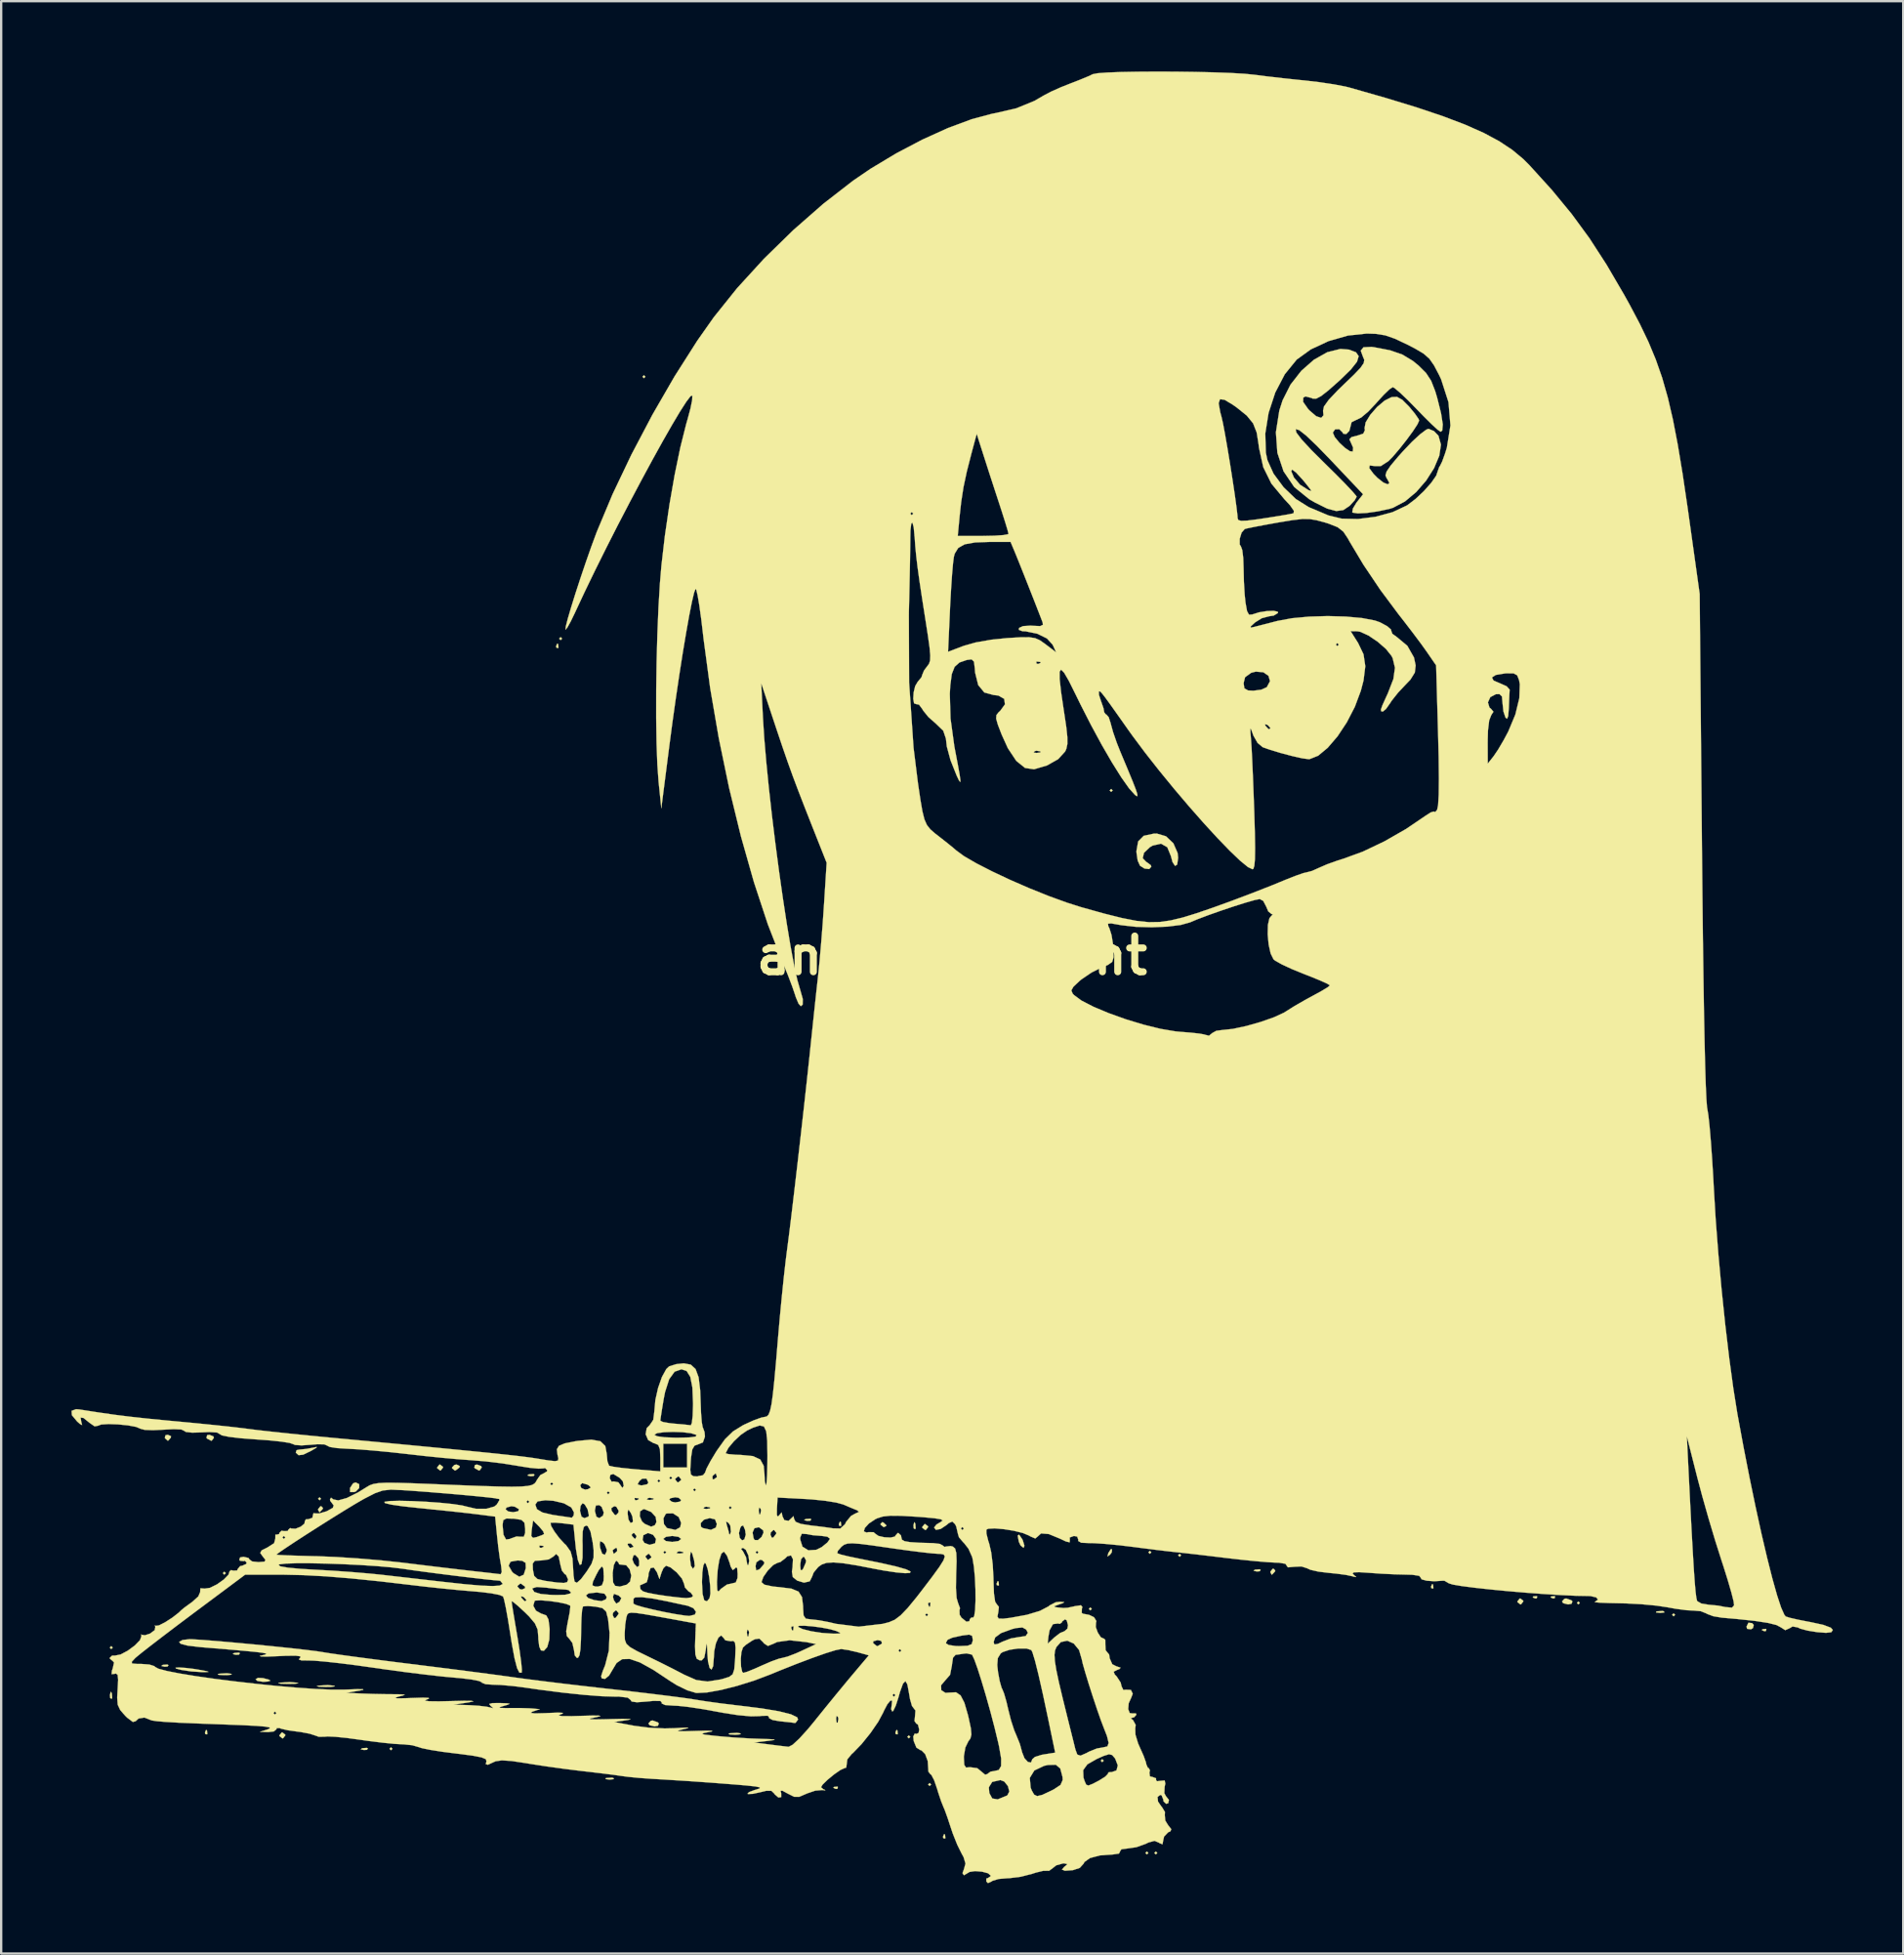
<source format=kicad_pcb>
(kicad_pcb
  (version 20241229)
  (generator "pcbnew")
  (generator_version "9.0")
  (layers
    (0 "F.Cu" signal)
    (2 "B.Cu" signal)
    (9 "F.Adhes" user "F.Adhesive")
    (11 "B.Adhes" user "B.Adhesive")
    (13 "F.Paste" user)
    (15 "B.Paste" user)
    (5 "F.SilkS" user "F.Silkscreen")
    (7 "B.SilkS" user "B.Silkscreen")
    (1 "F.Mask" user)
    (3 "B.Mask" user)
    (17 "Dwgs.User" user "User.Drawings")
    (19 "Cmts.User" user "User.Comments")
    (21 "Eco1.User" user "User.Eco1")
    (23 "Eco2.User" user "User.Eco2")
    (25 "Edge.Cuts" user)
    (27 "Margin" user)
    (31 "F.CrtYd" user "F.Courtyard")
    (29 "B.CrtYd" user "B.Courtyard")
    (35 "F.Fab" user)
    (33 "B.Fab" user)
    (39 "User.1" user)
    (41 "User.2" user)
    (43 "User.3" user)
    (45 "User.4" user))
  (footprint "animefootprint"
    (layer "F.Cu")
    (at 37.575 37.726)
    (property "Reference" "animefootprint" (at 0 0 0) (layer "F.SilkS") (effects (font (size 1.524 1.524) (thickness 0.3))))
    (attr through_hole)
    (fp_poly (pts (xy -35.814 29.527) (xy -35.877 29.591) (xy -35.941 29.527) (xy -35.877 29.464) (xy -35.814 29.527)) (stroke (width 0.01) (type solid)) (fill yes) (layer "F.SilkS"))
    (fp_poly (pts (xy -30.988 26.352) (xy -31.052 26.416) (xy -31.115 26.352) (xy -31.052 26.289) (xy -30.988 26.352)) (stroke (width 0.01) (type solid)) (fill yes) (layer "F.SilkS"))
    (fp_poly (pts (xy -26.924 23.177) (xy -26.988 23.241) (xy -27.051 23.177) (xy -26.988 23.114) (xy -26.924 23.177)) (stroke (width 0.01) (type solid)) (fill yes) (layer "F.SilkS"))
    (fp_poly (pts (xy -23.876 33.846) (xy -23.939 33.909) (xy -24.003 33.846) (xy -23.939 33.782) (xy -23.876 33.846)) (stroke (width 0.01) (type solid)) (fill yes) (layer "F.SilkS"))
    (fp_poly (pts (xy -16.637 -13.525) (xy -16.701 -13.462) (xy -16.764 -13.525) (xy -16.701 -13.589) (xy -16.637 -13.525)) (stroke (width 0.01) (type solid)) (fill yes) (layer "F.SilkS"))
    (fp_poly (pts (xy -13.081 -24.701) (xy -13.145 -24.638) (xy -13.208 -24.701) (xy -13.145 -24.765) (xy -13.081 -24.701)) (stroke (width 0.01) (type solid)) (fill yes) (layer "F.SilkS"))
    (fp_poly (pts (xy -1.778 33.337) (xy -1.841 33.401) (xy -1.905 33.337) (xy -1.841 33.274) (xy -1.778 33.337)) (stroke (width 0.01) (type solid)) (fill yes) (layer "F.SilkS"))
    (fp_poly (pts (xy -0.889 35.37) (xy -0.953 35.433) (xy -1.016 35.37) (xy -0.953 35.306) (xy -0.889 35.37)) (stroke (width 0.01) (type solid)) (fill yes) (layer "F.SilkS"))
    (fp_poly (pts (xy 5.969 27.877) (xy 5.905 27.94) (xy 5.842 27.877) (xy 5.905 27.813) (xy 5.969 27.877)) (stroke (width 0.01) (type solid)) (fill yes) (layer "F.SilkS"))
    (fp_poly (pts (xy 6.477 34.353) (xy 6.413 34.417) (xy 6.35 34.353) (xy 6.413 34.29) (xy 6.477 34.353)) (stroke (width 0.01) (type solid)) (fill yes) (layer "F.SilkS"))
    (fp_poly (pts (xy 6.858 -7.048) (xy 6.795 -6.985) (xy 6.731 -7.048) (xy 6.795 -7.112) (xy 6.858 -7.048)) (stroke (width 0.01) (type solid)) (fill yes) (layer "F.SilkS"))
    (fp_poly (pts (xy 8.382 38.291) (xy 8.319 38.354) (xy 8.255 38.291) (xy 8.319 38.227) (xy 8.382 38.291)) (stroke (width 0.01) (type solid)) (fill yes) (layer "F.SilkS"))
    (fp_poly (pts (xy 8.509 25.463) (xy 8.445 25.527) (xy 8.382 25.463) (xy 8.445 25.4) (xy 8.509 25.463)) (stroke (width 0.01) (type solid)) (fill yes) (layer "F.SilkS"))
    (fp_poly (pts (xy 8.763 38.291) (xy 8.7 38.354) (xy 8.636 38.291) (xy 8.7 38.227) (xy 8.763 38.291)) (stroke (width 0.01) (type solid)) (fill yes) (layer "F.SilkS"))
    (fp_poly (pts (xy 9.779 25.59) (xy 9.716 25.654) (xy 9.652 25.59) (xy 9.716 25.527) (xy 9.779 25.59)) (stroke (width 0.01) (type solid)) (fill yes) (layer "F.SilkS"))
    (fp_poly (pts (xy 26.797 27.622) (xy 26.733 27.686) (xy 26.67 27.622) (xy 26.733 27.559) (xy 26.797 27.622)) (stroke (width 0.01) (type solid)) (fill yes) (layer "F.SilkS"))
    (fp_poly (pts (xy 30.861 28.131) (xy 30.797 28.194) (xy 30.734 28.131) (xy 30.797 28.067) (xy 30.861 28.131)) (stroke (width 0.01) (type solid)) (fill yes) (layer "F.SilkS"))
    (fp_poly (pts (xy -35.854 31.472) (xy -35.839 31.671) (xy -35.864 31.716) (xy -35.922 31.678) (xy -35.931 31.549) (xy -35.9 31.413) (xy -35.854 31.472)) (stroke (width 0.01) (type solid)) (fill yes) (layer "F.SilkS"))
    (fp_poly (pts (xy -33.435 30.276) (xy -33.473 30.334) (xy -33.602 30.343) (xy -33.738 30.312) (xy -33.679 30.266) (xy -33.48 30.251) (xy -33.435 30.276)) (stroke (width 0.01) (type solid)) (fill yes) (layer "F.SilkS"))
    (fp_poly (pts (xy -31.792 33.062) (xy -31.777 33.213) (xy -31.792 33.232) (xy -31.868 33.214) (xy -31.877 33.147) (xy -31.831 33.042) (xy -31.792 33.062)) (stroke (width 0.01) (type solid)) (fill yes) (layer "F.SilkS"))
    (fp_poly (pts (xy -30.387 29.768) (xy -30.425 29.826) (xy -30.554 29.835) (xy -30.69 29.804) (xy -30.631 29.758) (xy -30.432 29.743) (xy -30.387 29.768)) (stroke (width 0.01) (type solid)) (fill yes) (layer "F.SilkS"))
    (fp_poly (pts (xy -24.926 33.832) (xy -24.964 33.89) (xy -25.093 33.899) (xy -25.229 33.868) (xy -25.17 33.822) (xy -24.971 33.807) (xy -24.926 33.832)) (stroke (width 0.01) (type solid)) (fill yes) (layer "F.SilkS"))
    (fp_poly (pts (xy -17.814 22.148) (xy -17.852 22.206) (xy -17.981 22.215) (xy -18.117 22.184) (xy -18.058 22.138) (xy -17.859 22.123) (xy -17.814 22.148)) (stroke (width 0.01) (type solid)) (fill yes) (layer "F.SilkS"))
    (fp_poly (pts (xy -16.806 -13.293) (xy -16.791 -13.142) (xy -16.806 -13.123) (xy -16.882 -13.141) (xy -16.891 -13.208) (xy -16.845 -13.313) (xy -16.806 -13.293)) (stroke (width 0.01) (type solid)) (fill yes) (layer "F.SilkS"))
    (fp_poly (pts (xy -14.446 35.095) (xy -14.43 35.141) (xy -14.605 35.159) (xy -14.785 35.139) (xy -14.764 35.095) (xy -14.504 35.078) (xy -14.446 35.095)) (stroke (width 0.01) (type solid)) (fill yes) (layer "F.SilkS"))
    (fp_poly (pts (xy -6.003 24.053) (xy -6.041 24.111) (xy -6.17 24.12) (xy -6.306 24.089) (xy -6.247 24.043) (xy -6.048 24.028) (xy -6.003 24.053)) (stroke (width 0.01) (type solid)) (fill yes) (layer "F.SilkS"))
    (fp_poly (pts (xy -4.868 35.475) (xy -4.886 35.551) (xy -4.953 35.56) (xy -5.058 35.514) (xy -5.038 35.475) (xy -4.887 35.46) (xy -4.868 35.475)) (stroke (width 0.01) (type solid)) (fill yes) (layer "F.SilkS"))
    (fp_poly (pts (xy -4.741 24.172) (xy -4.726 24.323) (xy -4.741 24.342) (xy -4.817 24.324) (xy -4.826 24.257) (xy -4.78 24.152) (xy -4.741 24.172)) (stroke (width 0.01) (type solid)) (fill yes) (layer "F.SilkS"))
    (fp_poly (pts (xy -2.328 33.062) (xy -2.313 33.213) (xy -2.328 33.232) (xy -2.404 33.214) (xy -2.413 33.147) (xy -2.367 33.042) (xy -2.328 33.062)) (stroke (width 0.01) (type solid)) (fill yes) (layer "F.SilkS"))
    (fp_poly (pts (xy -1.564 24.233) (xy -1.549 24.432) (xy -1.574 24.477) (xy -1.632 24.439) (xy -1.641 24.31) (xy -1.61 24.174) (xy -1.564 24.233)) (stroke (width 0.01) (type solid)) (fill yes) (layer "F.SilkS"))
    (fp_poly (pts (xy -0.296 37.507) (xy -0.281 37.658) (xy -0.296 37.677) (xy -0.372 37.659) (xy -0.381 37.592) (xy -0.335 37.487) (xy -0.296 37.507)) (stroke (width 0.01) (type solid)) (fill yes) (layer "F.SilkS"))
    (fp_poly (pts (xy 1.99 26.712) (xy 2.005 26.863) (xy 1.99 26.882) (xy 1.914 26.864) (xy 1.905 26.797) (xy 1.951 26.692) (xy 1.99 26.712)) (stroke (width 0.01) (type solid)) (fill yes) (layer "F.SilkS"))
    (fp_poly (pts (xy 13.174 26.212) (xy 13.136 26.27) (xy 13.007 26.279) (xy 12.871 26.248) (xy 12.93 26.202) (xy 13.129 26.187) (xy 13.174 26.212)) (stroke (width 0.01) (type solid)) (fill yes) (layer "F.SilkS"))
    (fp_poly (pts (xy 20.532 26.839) (xy 20.547 26.99) (xy 20.532 27.009) (xy 20.456 26.991) (xy 20.447 26.924) (xy 20.493 26.819) (xy 20.532 26.839)) (stroke (width 0.01) (type solid)) (fill yes) (layer "F.SilkS"))
    (fp_poly (pts (xy 24.977 27.347) (xy 24.959 27.423) (xy 24.892 27.432) (xy 24.787 27.386) (xy 24.807 27.347) (xy 24.958 27.332) (xy 24.977 27.347)) (stroke (width 0.01) (type solid)) (fill yes) (layer "F.SilkS"))
    (fp_poly (pts (xy 25.739 27.347) (xy 25.721 27.423) (xy 25.654 27.432) (xy 25.549 27.386) (xy 25.569 27.347) (xy 25.72 27.332) (xy 25.739 27.347)) (stroke (width 0.01) (type solid)) (fill yes) (layer "F.SilkS"))
    (fp_poly (pts (xy 30.385 27.983) (xy 30.401 28.029) (xy 30.226 28.047) (xy 30.046 28.027) (xy 30.067 27.983) (xy 30.327 27.966) (xy 30.385 27.983)) (stroke (width 0.01) (type solid)) (fill yes) (layer "F.SilkS"))
    (fp_poly (pts (xy 34.756 28.744) (xy 34.738 28.82) (xy 34.671 28.829) (xy 34.566 28.783) (xy 34.586 28.744) (xy 34.737 28.729) (xy 34.756 28.744)) (stroke (width 0.01) (type solid)) (fill yes) (layer "F.SilkS"))
    (fp_poly (pts (xy 6.819 25.467) (xy 6.747 25.561) (xy 6.64 25.641) (xy 6.667 25.514) (xy 6.676 25.49) (xy 6.776 25.334) (xy 6.833 25.333) (xy 6.819 25.467)) (stroke (width 0.01) (type solid)) (fill yes) (layer "F.SilkS"))
    (fp_poly (pts (xy 34.15 28.485) (xy 34.218 28.562) (xy 34.184 28.696) (xy 34.099 28.748) (xy 33.935 28.728) (xy 33.909 28.635) (xy 33.989 28.467) (xy 34.15 28.485)) (stroke (width 0.01) (type solid)) (fill yes) (layer "F.SilkS"))
    (fp_poly (pts (xy -33.327 20.507) (xy -33.337 20.574) (xy -33.446 20.695) (xy -33.465 20.701) (xy -33.565 20.612) (xy -33.592 20.574) (xy -33.561 20.466) (xy -33.465 20.447) (xy -33.327 20.507)) (stroke (width 0.01) (type solid)) (fill yes) (layer "F.SilkS"))
    (fp_poly (pts (xy -31.52 20.513) (xy -31.496 20.574) (xy -31.587 20.697) (xy -31.616 20.701) (xy -31.788 20.609) (xy -31.814 20.574) (xy -31.785 20.465) (xy -31.694 20.447) (xy -31.52 20.513)) (stroke (width 0.01) (type solid)) (fill yes) (layer "F.SilkS"))
    (fp_poly (pts (xy -30.764 30.647) (xy -30.735 30.681) (xy -30.917 30.7) (xy -31.052 30.702) (xy -31.297 30.689) (xy -31.335 30.661) (xy -31.272 30.644) (xy -30.941 30.624) (xy -30.764 30.647)) (stroke (width 0.01) (type solid)) (fill yes) (layer "F.SilkS"))
    (fp_poly (pts (xy -29.401 30.83) (xy -29.163 30.892) (xy -29.083 30.939) (xy -29.192 30.976) (xy -29.401 30.988) (xy -29.639 30.951) (xy -29.718 30.879) (xy -29.612 30.818) (xy -29.401 30.83)) (stroke (width 0.01) (type solid)) (fill yes) (layer "F.SilkS"))
    (fp_poly (pts (xy -28.452 33.244) (xy -28.448 33.274) (xy -28.545 33.397) (xy -28.575 33.401) (xy -28.698 33.304) (xy -28.702 33.274) (xy -28.605 33.151) (xy -28.575 33.147) (xy -28.452 33.244)) (stroke (width 0.01) (type solid)) (fill yes) (layer "F.SilkS"))
    (fp_poly (pts (xy -27.972 31.024) (xy -27.893 31.052) (xy -28.037 31.071) (xy -28.321 31.077) (xy -28.635 31.069) (xy -28.752 31.049) (xy -28.67 31.024) (xy -28.26 31.003) (xy -27.972 31.024)) (stroke (width 0.01) (type solid)) (fill yes) (layer "F.SilkS"))
    (fp_poly (pts (xy -26.841 23.573) (xy -26.86 23.622) (xy -26.975 23.743) (xy -26.995 23.749) (xy -27.05 23.651) (xy -27.051 23.622) (xy -26.953 23.5) (xy -26.917 23.495) (xy -26.841 23.573)) (stroke (width 0.01) (type solid)) (fill yes) (layer "F.SilkS"))
    (fp_poly (pts (xy -26.383 31.153) (xy -26.331 31.182) (xy -26.498 31.202) (xy -26.733 31.206) (xy -27.022 31.196) (xy -27.106 31.173) (xy -27.018 31.151) (xy -26.642 31.13) (xy -26.383 31.153)) (stroke (width 0.01) (type solid)) (fill yes) (layer "F.SilkS"))
    (fp_poly (pts (xy -25.294 22.556) (xy -25.296 22.718) (xy -25.439 22.866) (xy -25.511 22.893) (xy -25.686 22.891) (xy -25.687 22.717) (xy -25.557 22.519) (xy -25.449 22.479) (xy -25.294 22.556)) (stroke (width 0.01) (type solid)) (fill yes) (layer "F.SilkS"))
    (fp_poly (pts (xy -21.721 21.814) (xy -21.717 21.844) (xy -21.814 21.967) (xy -21.844 21.971) (xy -21.967 21.874) (xy -21.971 21.844) (xy -21.874 21.721) (xy -21.844 21.717) (xy -21.721 21.814)) (stroke (width 0.01) (type solid)) (fill yes) (layer "F.SilkS"))
    (fp_poly (pts (xy -21.007 21.779) (xy -21.018 21.844) (xy -21.181 21.966) (xy -21.216 21.971) (xy -21.333 21.874) (xy -21.336 21.844) (xy -21.233 21.733) (xy -21.138 21.717) (xy -21.007 21.779)) (stroke (width 0.01) (type solid)) (fill yes) (layer "F.SilkS"))
    (fp_poly (pts (xy -20.09 21.783) (xy -20.066 21.844) (xy -20.157 21.967) (xy -20.186 21.971) (xy -20.358 21.879) (xy -20.384 21.844) (xy -20.355 21.735) (xy -20.264 21.717) (xy -20.09 21.783)) (stroke (width 0.01) (type solid)) (fill yes) (layer "F.SilkS"))
    (fp_poly (pts (xy -12.555 32.716) (xy -12.509 32.766) (xy -12.548 32.866) (xy -12.693 32.893) (xy -12.903 32.841) (xy -12.954 32.766) (xy -12.852 32.652) (xy -12.771 32.639) (xy -12.555 32.716)) (stroke (width 0.01) (type solid)) (fill yes) (layer "F.SilkS"))
    (fp_poly (pts (xy -9.049 33.186) (xy -9.009 33.223) (xy -9.185 33.243) (xy -9.271 33.245) (xy -9.502 33.231) (xy -9.529 33.198) (xy -9.493 33.186) (xy -9.171 33.167) (xy -9.049 33.186)) (stroke (width 0.01) (type solid)) (fill yes) (layer "F.SilkS"))
    (fp_poly (pts (xy -2.921 24.194) (xy -2.8 24.308) (xy -2.794 24.328) (xy -2.892 24.383) (xy -2.921 24.384) (xy -3.043 24.286) (xy -3.048 24.25) (xy -2.97 24.174) (xy -2.921 24.194)) (stroke (width 0.01) (type solid)) (fill yes) (layer "F.SilkS"))
    (fp_poly (pts (xy -1.02 24.354) (xy -1.016 24.384) (xy -1.113 24.507) (xy -1.143 24.511) (xy -1.266 24.414) (xy -1.27 24.384) (xy -1.173 24.261) (xy -1.143 24.257) (xy -1.02 24.354)) (stroke (width 0.01) (type solid)) (fill yes) (layer "F.SilkS"))
    (fp_poly (pts (xy 2.998 24.9) (xy 3.025 24.955) (xy 3.093 25.183) (xy 3.054 25.273) (xy 2.928 25.168) (xy 2.854 25.009) (xy 2.806 24.75) (xy 2.866 24.709) (xy 2.998 24.9)) (stroke (width 0.01) (type solid)) (fill yes) (layer "F.SilkS"))
    (fp_poly (pts (xy 13.799 26.24) (xy 13.78 26.289) (xy 13.665 26.41) (xy 13.645 26.416) (xy 13.59 26.318) (xy 13.589 26.289) (xy 13.687 26.167) (xy 13.723 26.162) (xy 13.799 26.24)) (stroke (width 0.01) (type solid)) (fill yes) (layer "F.SilkS"))
    (fp_poly (pts (xy 24.38 27.529) (xy 24.384 27.559) (xy 24.287 27.682) (xy 24.257 27.686) (xy 24.134 27.589) (xy 24.13 27.559) (xy 24.227 27.436) (xy 24.257 27.432) (xy 24.38 27.529)) (stroke (width 0.01) (type solid)) (fill yes) (layer "F.SilkS"))
    (fp_poly (pts (xy 26.434 27.509) (xy 26.48 27.559) (xy 26.441 27.659) (xy 26.296 27.686) (xy 26.086 27.634) (xy 26.035 27.559) (xy 26.137 27.445) (xy 26.218 27.432) (xy 26.434 27.509)) (stroke (width 0.01) (type solid)) (fill yes) (layer "F.SilkS"))
    (fp_poly (pts (xy -27.121 21) (xy -27.347 21.132) (xy -27.351 21.134) (xy -27.687 21.297) (xy -27.883 21.318) (xy -28.003 21.209) (xy -27.969 21.104) (xy -27.852 21.08) (xy -27.547 21.05) (xy -27.305 21.005) (xy -27.109 20.966) (xy -27.121 21)) (stroke (width 0.01) (type solid)) (fill yes) (layer "F.SilkS"))
    (fp_poly (pts (xy -32.702 30.395) (xy -32.34 30.439) (xy -32.131 30.474) (xy -31.808 30.534) (xy -31.724 30.564) (xy -31.864 30.574) (xy -32.004 30.574) (xy -32.461 30.545) (xy -32.893 30.48) (xy -33.118 30.42) (xy -33.133 30.386) (xy -32.98 30.377) (xy -32.702 30.395)) (stroke (width 0.01) (type solid)) (fill yes) (layer "F.SilkS"))
    (fp_poly (pts (xy 9.133 -5.092) (xy 9.449 -4.793) (xy 9.63 -4.379) (xy 9.652 -4.174) (xy 9.613 -3.886) (xy 9.522 -3.827) (xy 9.414 -3.989) (xy 9.344 -4.247) (xy 9.19 -4.624) (xy 8.922 -4.776) (xy 8.565 -4.694) (xy 8.451 -4.628) (xy 8.195 -4.385) (xy 8.142 -4.155) (xy 8.301 -3.99) (xy 8.319 -3.983) (xy 8.487 -3.858) (xy 8.509 -3.796) (xy 8.419 -3.693) (xy 8.217 -3.714) (xy 8.026 -3.835) (xy 7.926 -4.056) (xy 7.875 -4.402) (xy 7.874 -4.466) (xy 7.947 -4.873) (xy 8.184 -5.111) (xy 8.613 -5.204) (xy 8.745 -5.207) (xy 9.133 -5.092)) (stroke (width 0.01) (type solid)) (fill yes) (layer "F.SilkS"))
    (fp_poly (pts (xy -32.436 29.172) (xy -31.951 29.203) (xy -31.308 29.254) (xy -30.561 29.32) (xy -29.761 29.395) (xy -28.962 29.474) (xy -28.216 29.552) (xy -27.576 29.624) (xy -27.095 29.684) (xy -26.86 29.721) (xy -26.556 29.77) (xy -26.043 29.844) (xy -25.366 29.936) (xy -24.568 30.041) (xy -23.693 30.153) (xy -23.114 30.225) (xy -22.16 30.344) (xy -21.204 30.465) (xy -20.304 30.581) (xy -19.515 30.685) (xy -18.895 30.769) (xy -18.669 30.801) (xy -18.127 30.875) (xy -17.396 30.967) (xy -16.538 31.072) (xy -15.615 31.18) (xy -14.692 31.285) (xy -14.541 31.301) (xy -13.673 31.399) (xy -12.841 31.498) (xy -12.095 31.59) (xy -11.487 31.669) (xy -11.067 31.73) (xy -10.986 31.744) (xy -10.489 31.822) (xy -9.859 31.909) (xy -9.215 31.988) (xy -9.081 32.003) (xy -8.121 32.122) (xy -7.382 32.246) (xy -6.875 32.373) (xy -6.606 32.501) (xy -6.567 32.599) (xy -6.672 32.737) (xy -6.713 32.744) (xy -6.88 32.72) (xy -7.201 32.686) (xy -7.337 32.673) (xy -7.654 32.618) (xy -7.805 32.537) (xy -7.804 32.502) (xy -7.858 32.435) (xy -8.123 32.441) (xy -8.214 32.453) (xy -8.579 32.461) (xy -9.12 32.412) (xy -9.768 32.312) (xy -10.011 32.266) (xy -10.628 32.154) (xy -11.218 32.065) (xy -11.696 32.013) (xy -11.891 32.004) (xy -12.245 31.979) (xy -12.388 31.91) (xy -12.381 31.875) (xy -12.441 31.807) (xy -12.743 31.803) (xy -13.009 31.829) (xy -13.446 31.862) (xy -13.67 31.83) (xy -13.716 31.761) (xy -13.838 31.663) (xy -14.197 31.621) (xy -14.383 31.62) (xy -14.941 31.604) (xy -15.698 31.546) (xy -16.602 31.451) (xy -17.601 31.324) (xy -18.224 31.234) (xy -18.754 31.167) (xy -19.256 31.123) (xy -19.59 31.111) (xy -19.896 31.091) (xy -20.058 31.029) (xy -20.066 31.009) (xy -20.184 30.952) (xy -20.499 30.89) (xy -20.956 30.834) (xy -21.241 30.809) (xy -21.776 30.759) (xy -22.488 30.678) (xy -23.305 30.577) (xy -24.151 30.463) (xy -24.638 30.393) (xy -25.406 30.285) (xy -26.128 30.194) (xy -26.75 30.126) (xy -27.217 30.086) (xy -27.432 30.079) (xy -27.767 30.074) (xy -27.874 30.031) (xy -27.813 29.963) (xy -27.802 29.902) (xy -28.006 29.874) (xy -28.441 29.879) (xy -28.765 29.894) (xy -29.208 29.912) (xy -29.477 29.909) (xy -29.542 29.887) (xy -29.464 29.864) (xy -29.325 29.832) (xy -29.258 29.804) (xy -29.287 29.778) (xy -29.436 29.748) (xy -29.731 29.712) (xy -30.197 29.667) (xy -30.857 29.609) (xy -31.737 29.536) (xy -32.104 29.505) (xy -32.622 29.443) (xy -32.917 29.365) (xy -32.98 29.287) (xy -32.834 29.203) (xy -32.533 29.17) (xy -32.436 29.172)) (stroke (width 0.01) (type solid)) (fill yes) (layer "F.SilkS"))
    (fp_poly (pts (xy 18.009 -25.961) (xy 18.701 -25.828) (xy 19.226 -25.645) (xy 19.671 -25.376) (xy 19.911 -25.18) (xy 20.231 -24.862) (xy 20.45 -24.529) (xy 20.623 -24.087) (xy 20.705 -23.813) (xy 20.874 -23.139) (xy 20.947 -22.665) (xy 20.923 -22.403) (xy 20.853 -22.352) (xy 20.728 -22.439) (xy 20.472 -22.672) (xy 20.126 -23.015) (xy 19.845 -23.305) (xy 19.457 -23.701) (xy 19.126 -24.016) (xy 18.894 -24.212) (xy 18.814 -24.257) (xy 18.675 -24.167) (xy 18.428 -23.929) (xy 18.122 -23.594) (xy 18.092 -23.558) (xy 17.763 -23.21) (xy 17.467 -22.961) (xy 17.263 -22.86) (xy 17.257 -22.86) (xy 17.055 -22.762) (xy 17.018 -22.613) (xy 16.958 -22.389) (xy 16.828 -22.254) (xy 16.7 -22.268) (xy 16.666 -22.33) (xy 16.532 -22.461) (xy 16.352 -22.456) (xy 16.256 -22.321) (xy 16.256 -22.312) (xy 16.336 -22.127) (xy 16.531 -21.89) (xy 16.771 -21.666) (xy 16.988 -21.52) (xy 17.107 -21.51) (xy 17.12 -21.675) (xy 17.042 -21.852) (xy 16.962 -22.031) (xy 17.051 -22.125) (xy 17.279 -22.182) (xy 17.552 -22.272) (xy 17.624 -22.421) (xy 17.609 -22.507) (xy 17.655 -22.753) (xy 17.853 -23.076) (xy 18.143 -23.409) (xy 18.467 -23.683) (xy 18.762 -23.831) (xy 18.992 -23.842) (xy 19.217 -23.718) (xy 19.508 -23.426) (xy 19.755 -23.128) (xy 19.911 -22.902) (xy 19.939 -22.832) (xy 19.863 -22.665) (xy 19.667 -22.367) (xy 19.396 -21.998) (xy 19.095 -21.617) (xy 18.811 -21.285) (xy 18.632 -21.102) (xy 18.303 -20.889) (xy 18.045 -20.888) (xy 17.827 -20.915) (xy 17.81 -20.801) (xy 17.99 -20.558) (xy 18.16 -20.385) (xy 18.416 -20.183) (xy 18.601 -20.11) (xy 18.668 -20.166) (xy 18.568 -20.351) (xy 18.548 -20.377) (xy 18.501 -20.493) (xy 18.55 -20.657) (xy 18.721 -20.907) (xy 19.034 -21.281) (xy 19.25 -21.523) (xy 19.634 -21.927) (xy 19.98 -22.246) (xy 20.239 -22.44) (xy 20.338 -22.479) (xy 20.574 -22.38) (xy 20.762 -22.183) (xy 20.869 -21.803) (xy 20.797 -21.327) (xy 20.576 -20.801) (xy 20.238 -20.27) (xy 19.813 -19.78) (xy 19.332 -19.378) (xy 18.826 -19.11) (xy 18.669 -19.061) (xy 18.17 -18.955) (xy 17.698 -18.888) (xy 17.321 -18.869) (xy 17.105 -18.901) (xy 17.083 -18.92) (xy 17.111 -19.077) (xy 17.263 -19.327) (xy 17.283 -19.353) (xy 17.545 -19.686) (xy 16.17 -21.138) (xy 15.564 -21.763) (xy 15.113 -22.192) (xy 14.816 -22.425) (xy 14.671 -22.464) (xy 14.668 -22.462) (xy 14.699 -22.319) (xy 14.923 -22.023) (xy 15.342 -21.571) (xy 15.907 -21.009) (xy 16.384 -20.539) (xy 16.789 -20.128) (xy 17.088 -19.81) (xy 17.252 -19.618) (xy 17.272 -19.58) (xy 17.188 -19.429) (xy 16.984 -19.204) (xy 16.965 -19.187) (xy 16.702 -19.01) (xy 16.4 -18.97) (xy 16.012 -19.075) (xy 15.494 -19.332) (xy 15.245 -19.476) (xy 14.607 -19.994) (xy 14.152 -20.665) (xy 14.15 -20.672) (xy 14.479 -20.672) (xy 14.589 -20.413) (xy 14.598 -20.396) (xy 14.858 -20.091) (xy 15.214 -19.863) (xy 15.342 -19.821) (xy 15.291 -19.903) (xy 15.119 -20.122) (xy 14.963 -20.311) (xy 14.681 -20.617) (xy 14.515 -20.739) (xy 14.479 -20.672) (xy 14.15 -20.672) (xy 13.888 -21.454) (xy 13.825 -22.33) (xy 13.971 -23.258) (xy 14.11 -23.692) (xy 14.448 -24.363) (xy 14.908 -24.952) (xy 15.445 -25.424) (xy 16.017 -25.747) (xy 16.579 -25.887) (xy 16.948 -25.857) (xy 17.243 -25.744) (xy 17.358 -25.579) (xy 17.287 -25.341) (xy 17.023 -25.007) (xy 16.557 -24.554) (xy 16.504 -24.506) (xy 16.06 -24.113) (xy 15.755 -23.875) (xy 15.55 -23.767) (xy 15.403 -23.765) (xy 15.343 -23.794) (xy 15.087 -23.861) (xy 14.993 -23.807) (xy 14.987 -23.628) (xy 15.199 -23.327) (xy 15.252 -23.268) (xy 15.544 -23.017) (xy 15.757 -22.945) (xy 15.856 -23.055) (xy 15.837 -23.247) (xy 15.876 -23.43) (xy 16.079 -23.714) (xy 16.461 -24.119) (xy 16.738 -24.387) (xy 17.169 -24.801) (xy 17.438 -25.085) (xy 17.571 -25.279) (xy 17.597 -25.421) (xy 17.545 -25.543) (xy 17.445 -25.814) (xy 17.564 -25.958) (xy 17.903 -25.975) (xy 18.009 -25.961)) (stroke (width 0.01) (type solid)) (fill yes) (layer "F.SilkS"))
    (fp_poly (pts (xy 9.552 -37.718) (xy 10.39 -37.707) (xy 11.187 -37.688) (xy 11.899 -37.662) (xy 12.485 -37.628) (xy 12.89 -37.588) (xy 13.431 -37.519) (xy 14.108 -37.441) (xy 14.803 -37.367) (xy 15.05 -37.343) (xy 15.677 -37.27) (xy 16.288 -37.179) (xy 16.787 -37.084) (xy 16.954 -37.043) (xy 18.507 -36.599) (xy 19.833 -36.194) (xy 20.957 -35.816) (xy 21.903 -35.457) (xy 22.695 -35.105) (xy 23.356 -34.75) (xy 23.909 -34.383) (xy 24.378 -33.993) (xy 24.641 -33.731) (xy 25.605 -32.668) (xy 26.444 -31.65) (xy 27.205 -30.611) (xy 27.935 -29.484) (xy 28.683 -28.204) (xy 28.935 -27.75) (xy 29.36 -26.946) (xy 29.724 -26.187) (xy 30.036 -25.436) (xy 30.308 -24.658) (xy 30.548 -23.817) (xy 30.767 -22.876) (xy 30.975 -21.799) (xy 31.182 -20.551) (xy 31.397 -19.096) (xy 31.457 -18.669) (xy 31.91 -15.431) (xy 32.006 -4.699) (xy 32.026 -2.647) (xy 32.047 -0.778) (xy 32.07 0.898) (xy 32.093 2.374) (xy 32.118 3.641) (xy 32.143 4.692) (xy 32.169 5.517) (xy 32.196 6.109) (xy 32.222 6.459) (xy 32.236 6.54) (xy 32.281 6.815) (xy 32.333 7.299) (xy 32.388 7.946) (xy 32.443 8.713) (xy 32.494 9.555) (xy 32.512 9.906) (xy 32.594 11.277) (xy 32.708 12.748) (xy 32.846 14.261) (xy 33.002 15.758) (xy 33.171 17.179) (xy 33.346 18.468) (xy 33.521 19.564) (xy 33.532 19.622) (xy 33.783 20.98) (xy 34.04 22.291) (xy 34.297 23.531) (xy 34.548 24.675) (xy 34.789 25.7) (xy 35.012 26.581) (xy 35.213 27.296) (xy 35.386 27.821) (xy 35.525 28.131) (xy 35.582 28.2) (xy 35.748 28.254) (xy 36.095 28.334) (xy 36.553 28.424) (xy 36.637 28.439) (xy 37.188 28.559) (xy 37.509 28.68) (xy 37.592 28.776) (xy 37.526 28.872) (xy 37.299 28.898) (xy 36.925 28.869) (xy 36.516 28.804) (xy 36.201 28.719) (xy 36.1 28.669) (xy 35.875 28.627) (xy 35.754 28.699) (xy 35.562 28.785) (xy 35.381 28.668) (xy 35.193 28.567) (xy 34.829 28.476) (xy 34.266 28.389) (xy 33.485 28.306) (xy 32.853 28.251) (xy 32.492 28.19) (xy 32.228 28.092) (xy 32.201 28.073) (xy 31.956 27.975) (xy 31.67 27.95) (xy 31.345 27.933) (xy 30.89 27.873) (xy 30.544 27.81) (xy 30.061 27.737) (xy 29.435 27.678) (xy 28.775 27.643) (xy 28.546 27.638) (xy 28.038 27.627) (xy 27.657 27.612) (xy 27.451 27.593) (xy 27.435 27.58) (xy 27.569 27.482) (xy 27.494 27.386) (xy 27.253 27.33) (xy 27.146 27.326) (xy 26.639 27.317) (xy 26 27.288) (xy 25.271 27.243) (xy 24.494 27.185) (xy 23.712 27.118) (xy 22.967 27.046) (xy 22.301 26.973) (xy 21.757 26.903) (xy 21.377 26.839) (xy 21.204 26.786) (xy 21.199 26.781) (xy 21.017 26.676) (xy 20.941 26.675) (xy 20.583 26.698) (xy 20.257 26.674) (xy 20.041 26.615) (xy 20.003 26.543) (xy 19.938 26.466) (xy 19.652 26.422) (xy 19.407 26.415) (xy 18.909 26.403) (xy 18.307 26.374) (xy 17.843 26.341) (xy 17.384 26.311) (xy 17.146 26.319) (xy 17.097 26.368) (xy 17.145 26.418) (xy 17.254 26.519) (xy 17.148 26.504) (xy 17.081 26.483) (xy 16.818 26.427) (xy 16.406 26.372) (xy 16.075 26.34) (xy 15.64 26.287) (xy 15.296 26.208) (xy 15.154 26.143) (xy 14.915 26.066) (xy 14.598 26.081) (xy 14.339 26.104) (xy 14.286 26.037) (xy 14.289 26.033) (xy 14.228 25.952) (xy 13.96 25.907) (xy 13.819 25.902) (xy 13.477 25.884) (xy 12.956 25.84) (xy 12.326 25.776) (xy 11.684 25.702) (xy 11.023 25.622) (xy 10.406 25.549) (xy 9.903 25.492) (xy 9.588 25.459) (xy 9.245 25.421) (xy 8.731 25.36) (xy 8.128 25.284) (xy 7.747 25.234) (xy 7.126 25.159) (xy 6.538 25.103) (xy 6.067 25.072) (xy 5.872 25.069) (xy 5.518 25.054) (xy 5.387 24.978) (xy 5.392 24.924) (xy 5.344 24.793) (xy 5.207 24.765) (xy 5.027 24.83) (xy 5.031 24.947) (xy 5.023 25.037) (xy 4.862 24.999) (xy 4.619 24.884) (xy 4.131 24.683) (xy 3.804 24.657) (xy 3.652 24.794) (xy 3.556 24.873) (xy 3.34 24.781) (xy 3.292 24.75) (xy 3.029 24.64) (xy 2.644 24.544) (xy 2.216 24.475) (xy 1.824 24.442) (xy 1.548 24.457) (xy 1.469 24.497) (xy 1.472 24.665) (xy 1.549 24.972) (xy 1.589 25.091) (xy 1.675 25.462) (xy 1.74 25.983) (xy 1.771 26.552) (xy 1.772 26.638) (xy 1.792 27.218) (xy 1.843 27.571) (xy 1.919 27.686) (xy 2.003 27.791) (xy 1.978 28.012) (xy 1.941 28.206) (xy 1.996 28.291) (xy 2.202 28.294) (xy 2.504 28.256) (xy 3.199 28.129) (xy 3.754 27.962) (xy 4.117 27.772) (xy 4.165 27.73) (xy 4.427 27.594) (xy 4.613 27.572) (xy 4.79 27.588) (xy 4.739 27.63) (xy 4.572 27.686) (xy 4.37 27.762) (xy 4.4 27.8) (xy 4.508 27.815) (xy 4.758 27.839) (xy 4.935 27.829) (xy 5.186 27.775) (xy 5.255 27.759) (xy 5.504 27.722) (xy 5.566 27.792) (xy 5.545 27.87) (xy 5.539 28.046) (xy 5.592 28.083) (xy 5.855 28.132) (xy 6.046 28.224) (xy 6.066 28.236) (xy 6.165 28.397) (xy 6.147 28.469) (xy 6.138 28.649) (xy 6.224 28.888) (xy 6.354 29.087) (xy 6.478 29.145) (xy 6.485 29.142) (xy 6.545 29.201) (xy 6.547 29.4) (xy 6.558 29.638) (xy 6.621 29.718) (xy 6.709 29.825) (xy 6.731 29.984) (xy 6.842 30.237) (xy 7.01 30.323) (xy 7.197 30.386) (xy 7.149 30.442) (xy 7.058 30.477) (xy 6.901 30.557) (xy 6.947 30.674) (xy 7.033 30.764) (xy 7.199 31.018) (xy 7.239 31.183) (xy 7.314 31.335) (xy 7.425 31.325) (xy 7.636 31.334) (xy 7.716 31.495) (xy 7.653 31.66) (xy 7.543 31.903) (xy 7.522 32.153) (xy 7.586 32.321) (xy 7.691 32.336) (xy 7.85 32.337) (xy 7.874 32.389) (xy 7.773 32.505) (xy 7.715 32.514) (xy 7.633 32.547) (xy 7.729 32.625) (xy 7.841 32.827) (xy 7.823 32.979) (xy 7.831 33.242) (xy 7.945 33.619) (xy 8.02 33.789) (xy 8.181 34.15) (xy 8.281 34.43) (xy 8.296 34.512) (xy 8.362 34.66) (xy 8.399 34.671) (xy 8.451 34.765) (xy 8.428 34.861) (xy 8.449 35.023) (xy 8.566 35.052) (xy 8.712 35.105) (xy 8.707 35.167) (xy 8.748 35.231) (xy 8.896 35.214) (xy 9.078 35.198) (xy 9.106 35.332) (xy 9.077 35.466) (xy 9.063 35.74) (xy 9.134 35.871) (xy 9.259 36.027) (xy 9.231 36.167) (xy 9.144 36.195) (xy 9.031 36.092) (xy 9.017 36.005) (xy 8.948 35.835) (xy 8.89 35.814) (xy 8.774 35.901) (xy 8.794 36.097) (xy 8.938 36.308) (xy 8.959 36.327) (xy 9.09 36.543) (xy 9.083 36.678) (xy 9.104 36.909) (xy 9.222 37.1) (xy 9.361 37.28) (xy 9.321 37.37) (xy 9.225 37.412) (xy 9.053 37.591) (xy 9.017 37.748) (xy 8.986 37.921) (xy 8.86 37.873) (xy 8.836 37.854) (xy 8.646 37.774) (xy 8.383 37.846) (xy 8.27 37.902) (xy 7.872 38.045) (xy 7.492 38.1) (xy 7.234 38.134) (xy 7.172 38.221) (xy 7.176 38.227) (xy 7.127 38.318) (xy 6.883 38.354) (xy 6.881 38.354) (xy 6.317 38.395) (xy 5.891 38.509) (xy 5.652 38.679) (xy 5.623 38.742) (xy 5.456 38.928) (xy 5.164 39.025) (xy 4.822 39.051) (xy 4.695 39) (xy 4.796 38.879) (xy 4.83 38.857) (xy 4.927 38.767) (xy 4.795 38.738) (xy 4.746 38.737) (xy 4.452 38.819) (xy 4.319 38.924) (xy 4.146 39.053) (xy 4.063 39.052) (xy 3.893 39.054) (xy 3.581 39.13) (xy 3.427 39.18) (xy 2.947 39.304) (xy 2.448 39.368) (xy 2.359 39.37) (xy 1.994 39.401) (xy 1.732 39.479) (xy 1.691 39.508) (xy 1.537 39.577) (xy 1.467 39.508) (xy 1.467 39.383) (xy 1.517 39.37) (xy 1.646 39.288) (xy 1.651 39.257) (xy 1.542 39.159) (xy 1.285 39.09) (xy 0.987 39.066) (xy 0.752 39.101) (xy 0.705 39.13) (xy 0.512 39.243) (xy 0.45 39.153) (xy 0.512 38.982) (xy 0.578 38.744) (xy 0.496 38.468) (xy 0.407 38.306) (xy 0.226 37.94) (xy 0.037 37.466) (xy -0.052 37.202) (xy -0.189 36.787) (xy -0.31 36.453) (xy -0.366 36.322) (xy -0.459 36.091) (xy -0.582 35.724) (xy -0.641 35.528) (xy -0.655 35.489) (xy 1.574 35.489) (xy 1.595 35.735) (xy 1.72 35.966) (xy 1.953 36.004) (xy 2.326 35.852) (xy 2.366 35.83) (xy 2.448 35.668) (xy 2.389 35.439) (xy 2.233 35.244) (xy 2.068 35.181) (xy 1.718 35.26) (xy 1.574 35.489) (xy -0.655 35.489) (xy -0.762 35.181) (xy -0.811 35.088) (xy 3.322 35.088) (xy 3.359 35.504) (xy 3.409 35.63) (xy 3.508 35.803) (xy 3.638 35.865) (xy 3.856 35.812) (xy 4.224 35.64) (xy 4.349 35.577) (xy 4.633 35.389) (xy 4.725 35.178) (xy 4.719 35.051) (xy 4.642 34.757) (xy 5.6 34.757) (xy 5.613 35.076) (xy 5.665 35.232) (xy 5.73 35.377) (xy 5.822 35.414) (xy 6.011 35.34) (xy 6.284 35.197) (xy 6.545 35.033) (xy 6.66 34.913) (xy 6.656 34.892) (xy 6.698 34.844) (xy 6.813 34.842) (xy 7.021 34.77) (xy 7.078 34.555) (xy 6.968 34.27) (xy 6.949 34.242) (xy 6.834 34.111) (xy 6.702 34.079) (xy 6.477 34.149) (xy 6.183 34.279) (xy 5.78 34.509) (xy 5.6 34.757) (xy 4.642 34.757) (xy 4.624 34.689) (xy 4.435 34.528) (xy 4.098 34.537) (xy 3.932 34.574) (xy 3.516 34.772) (xy 3.322 35.088) (xy -0.811 35.088) (xy -0.876 34.963) (xy -0.925 34.925) (xy -1.005 34.821) (xy -1.011 34.703) (xy -1.034 34.366) (xy -1.143 34.072) (xy -1.297 33.916) (xy -1.335 33.909) (xy -1.517 33.796) (xy -1.632 33.514) (xy -1.651 33.32) (xy -1.587 33.196) (xy -1.524 33.211) (xy -1.424 33.172) (xy -1.397 33.027) (xy -1.45 32.817) (xy -1.526 32.766) (xy -1.598 32.662) (xy -1.576 32.449) (xy -1.558 32.212) (xy -1.621 32.131) (xy -1.706 32.017) (xy -1.79 31.724) (xy -1.832 31.477) (xy -1.895 31.136) (xy -0.463 31.136) (xy -0.456 31.345) (xy -0.277 31.46) (xy -0.077 31.447) (xy 0.175 31.435) (xy 0.369 31.568) (xy 0.53 31.879) (xy 0.682 32.402) (xy 0.711 32.523) (xy 0.806 32.966) (xy 0.831 33.238) (xy 0.786 33.411) (xy 0.701 33.525) (xy 0.572 33.791) (xy 0.509 34.163) (xy 0.508 34.22) (xy 0.525 34.53) (xy 0.601 34.647) (xy 0.771 34.632) (xy 1.081 34.673) (xy 1.247 34.81) (xy 1.416 34.95) (xy 1.502 34.928) (xy 1.648 34.82) (xy 1.793 34.798) (xy 1.997 34.751) (xy 2.097 34.584) (xy 2.1 34.262) (xy 2.011 33.747) (xy 1.973 33.577) (xy 1.819 32.939) (xy 1.64 32.257) (xy 1.45 31.58) (xy 1.263 30.952) (xy 1.094 30.422) (xy 1.042 30.278) (xy 1.933 30.278) (xy 1.967 30.58) (xy 2.038 30.961) (xy 2.117 31.239) (xy 2.15 31.305) (xy 2.226 31.492) (xy 2.326 31.842) (xy 2.402 32.168) (xy 2.521 32.637) (xy 2.658 33.056) (xy 2.74 33.248) (xy 2.897 33.634) (xy 2.998 34.004) (xy 3.096 34.251) (xy 3.242 34.407) (xy 3.374 34.433) (xy 3.429 34.291) (xy 3.541 34.194) (xy 3.82 34.106) (xy 3.917 34.088) (xy 4.406 34.01) (xy 4.111 32.594) (xy 3.883 31.523) (xy 3.694 30.686) (xy 3.545 30.089) (xy 3.468 29.837) (xy 4.376 29.837) (xy 4.392 30.1) (xy 4.451 30.473) (xy 4.56 30.991) (xy 4.725 31.687) (xy 4.945 32.575) (xy 5.073 33.089) (xy 5.185 33.536) (xy 5.259 33.837) (xy 5.269 33.877) (xy 5.349 34.093) (xy 5.486 34.139) (xy 5.746 34.026) (xy 5.842 33.972) (xy 6.186 33.833) (xy 6.454 33.786) (xy 6.634 33.745) (xy 6.688 33.598) (xy 6.617 33.304) (xy 6.481 32.956) (xy 6.356 32.628) (xy 6.193 32.163) (xy 6.014 31.626) (xy 5.838 31.079) (xy 5.688 30.587) (xy 5.582 30.215) (xy 5.542 30.035) (xy 5.425 29.632) (xy 5.2 29.356) (xy 4.923 29.234) (xy 4.648 29.292) (xy 4.457 29.506) (xy 4.4 29.65) (xy 4.376 29.837) (xy 3.468 29.837) (xy 3.437 29.734) (xy 3.387 29.634) (xy 3.179 29.566) (xy 2.835 29.566) (xy 2.462 29.622) (xy 2.163 29.721) (xy 2.081 29.778) (xy 1.957 29.978) (xy 1.933 30.278) (xy 1.042 30.278) (xy 0.955 30.036) (xy 0.862 29.839) (xy 0.849 29.827) (xy 0.627 29.776) (xy 0.523 29.786) (xy 0.242 29.828) (xy 0.159 29.835) (xy 0.046 29.958) (xy 0.000117 30.263) (xy 0 30.282) (xy -0.081 30.693) (xy -0.271 30.909) (xy -0.463 31.136) (xy -1.895 31.136) (xy -1.903 31.097) (xy -1.986 30.959) (xy -2.089 31.066) (xy -2.218 31.422) (xy -2.284 31.655) (xy -2.396 32.003) (xy -2.501 32.221) (xy -2.545 32.258) (xy -2.595 32.156) (xy -2.572 31.984) (xy -2.553 31.793) (xy -2.626 31.79) (xy -2.754 31.944) (xy -2.902 32.223) (xy -2.928 32.287) (xy -3.144 32.69) (xy -3.476 33.173) (xy -3.857 33.646) (xy -4.216 34.017) (xy -4.28 34.072) (xy -4.465 34.299) (xy -4.489 34.485) (xy -4.51 34.648) (xy -4.59 34.675) (xy -4.761 34.752) (xy -5.025 34.936) (xy -5.303 35.164) (xy -5.516 35.371) (xy -5.588 35.485) (xy -5.489 35.571) (xy -5.429 35.596) (xy -5.403 35.622) (xy -5.54 35.607) (xy -5.834 35.633) (xy -6.191 35.754) (xy -6.223 35.77) (xy -6.521 35.897) (xy -6.735 35.894) (xy -7 35.762) (xy -7.239 35.633) (xy -7.314 35.641) (xy -7.287 35.744) (xy -7.286 35.909) (xy -7.406 35.925) (xy -7.561 35.792) (xy -7.586 35.753) (xy -7.704 35.641) (xy -7.92 35.638) (xy -8.175 35.699) (xy -8.498 35.769) (xy -8.702 35.777) (xy -8.725 35.767) (xy -8.663 35.696) (xy -8.424 35.606) (xy -8.364 35.59) (xy -8.204 35.537) (xy -8.2 35.494) (xy -8.377 35.455) (xy -8.762 35.413) (xy -9.207 35.375) (xy -10.263 35.293) (xy -11.242 35.224) (xy -12.278 35.159) (xy -12.827 35.127) (xy -13.342 35.09) (xy -13.824 35.043) (xy -14.097 35.007) (xy -14.417 34.961) (xy -14.908 34.899) (xy -15.49 34.829) (xy -15.812 34.793) (xy -16.522 34.705) (xy -17.297 34.598) (xy -17.999 34.49) (xy -18.181 34.459) (xy -18.793 34.367) (xy -19.208 34.34) (xy -19.472 34.378) (xy -19.538 34.406) (xy -19.803 34.528) (xy -19.894 34.501) (xy -19.865 34.373) (xy -19.894 34.288) (xy -20.074 34.213) (xy -20.436 34.142) (xy -21.014 34.065) (xy -21.171 34.047) (xy -21.755 33.973) (xy -22.259 33.893) (xy -22.622 33.819) (xy -22.763 33.773) (xy -23.034 33.695) (xy -23.41 33.656) (xy -23.471 33.655) (xy -23.806 33.636) (xy -24.311 33.585) (xy -24.905 33.511) (xy -25.271 33.459) (xy -25.834 33.383) (xy -26.314 33.335) (xy -26.648 33.32) (xy -26.763 33.331) (xy -27.02 33.335) (xy -27.157 33.285) (xy -27.41 33.203) (xy -27.796 33.13) (xy -27.963 33.109) (xy -28.346 33.055) (xy -28.627 32.99) (xy -28.692 32.963) (xy -28.816 32.964) (xy -28.829 33.013) (xy -28.938 33.106) (xy -29.178 33.134) (xy -29.527 33.122) (xy -29.21 33.02) (xy -29.104 32.972) (xy -29.132 32.933) (xy -29.315 32.899) (xy -29.679 32.869) (xy -30.244 32.84) (xy -31.036 32.809) (xy -31.242 32.802) (xy -32.228 32.765) (xy -32.985 32.733) (xy -33.54 32.701) (xy -33.918 32.67) (xy -34.144 32.637) (xy -34.244 32.6) (xy -34.247 32.597) (xy -34.463 32.514) (xy -34.712 32.555) (xy -34.838 32.671) (xy -34.956 32.701) (xy -35.199 32.518) (xy -35.28 32.438) (xy -35.382 32.322) (xy -28.956 32.322) (xy -28.892 32.385) (xy -28.829 32.322) (xy -28.892 32.258) (xy -28.956 32.322) (xy -35.382 32.322) (xy -35.495 32.192) (xy -35.601 31.966) (xy -35.624 31.661) (xy -35.605 31.311) (xy -35.583 30.898) (xy -35.606 30.688) (xy -35.682 30.634) (xy -35.74 30.649) (xy -35.863 30.661) (xy -35.848 30.513) (xy -35.812 30.41) (xy -35.758 30.163) (xy -35.784 30.135) (xy -35.003 30.135) (xy -34.989 30.206) (xy -34.777 30.225) (xy -34.583 30.226) (xy -34.247 30.252) (xy -34.039 30.318) (xy -34.015 30.346) (xy -33.868 30.428) (xy -33.505 30.525) (xy -32.961 30.632) (xy -32.273 30.745) (xy -31.477 30.859) (xy -30.61 30.969) (xy -29.708 31.072) (xy -28.808 31.164) (xy -27.945 31.239) (xy -27.157 31.293) (xy -26.48 31.323) (xy -25.95 31.323) (xy -25.908 31.321) (xy -25.398 31.303) (xy -25.134 31.306) (xy -25.119 31.33) (xy -25.273 31.362) (xy -25.845 31.458) (xy -25.209 31.488) (xy -24.684 31.506) (xy -24.1 31.517) (xy -23.876 31.518) (xy -23.498 31.522) (xy -23.353 31.537) (xy -23.422 31.572) (xy -23.622 31.622) (xy -23.769 31.669) (xy -23.683 31.692) (xy -23.356 31.69) (xy -23.05 31.679) (xy -22.569 31.664) (xy -22.33 31.674) (xy -22.323 31.711) (xy -22.416 31.743) (xy -22.493 31.791) (xy -22.319 31.817) (xy -21.892 31.822) (xy -21.399 31.811) (xy -20.829 31.798) (xy -20.505 31.801) (xy -20.422 31.82) (xy -20.574 31.856) (xy -20.637 31.867) (xy -21.273 31.964) (xy -20.616 31.984) (xy -20.19 32.01) (xy -19.842 32.053) (xy -19.727 32.079) (xy -19.576 32.117) (xy -19.65 32.043) (xy -19.685 32.018) (xy -19.748 31.935) (xy -19.614 31.897) (xy -19.304 31.894) (xy -18.972 31.906) (xy -18.873 31.928) (xy -18.985 31.975) (xy -19.113 32.011) (xy -19.303 32.071) (xy -19.292 32.1) (xy -19.058 32.108) (xy -18.86 32.107) (xy -18.415 32.107) (xy -18.027 32.119) (xy -17.907 32.127) (xy -17.59 32.156) (xy -17.907 32.263) (xy -17.976 32.314) (xy -17.799 32.335) (xy -17.379 32.325) (xy -17.272 32.32) (xy -16.813 32.302) (xy -16.601 32.313) (xy -16.629 32.353) (xy -16.701 32.376) (xy -16.791 32.424) (xy -16.63 32.45) (xy -16.219 32.452) (xy -15.875 32.442) (xy -15.351 32.428) (xy -15.065 32.431) (xy -15.001 32.451) (xy -15.144 32.491) (xy -15.24 32.51) (xy -15.443 32.557) (xy -15.442 32.583) (xy -15.222 32.592) (xy -14.769 32.584) (xy -14.541 32.577) (xy -14.066 32.567) (xy -13.784 32.573) (xy -13.716 32.592) (xy -13.843 32.619) (xy -14.415 32.703) (xy -13.556 32.865) (xy -12.941 32.944) (xy -12.263 32.978) (xy -11.841 32.968) (xy -11.427 32.943) (xy -11.251 32.943) (xy -11.297 32.972) (xy -11.493 33.018) (xy -11.685 33.067) (xy -11.671 33.094) (xy -11.437 33.099) (xy -10.966 33.085) (xy -10.922 33.084) (xy -10.466 33.071) (xy -10.236 33.079) (xy -10.242 33.106) (xy -10.351 33.128) (xy -10.598 33.175) (xy -10.669 33.21) (xy -10.543 33.243) (xy -10.196 33.284) (xy -9.97 33.308) (xy -9.335 33.362) (xy -8.634 33.405) (xy -8.191 33.422) (xy -7.761 33.436) (xy -7.569 33.452) (xy -7.6 33.474) (xy -7.839 33.507) (xy -7.874 33.511) (xy -8.445 33.577) (xy -7.811 33.659) (xy -7.398 33.712) (xy -7.068 33.751) (xy -6.967 33.762) (xy -6.797 33.673) (xy -6.512 33.409) (xy -6.141 32.999) (xy -5.87 32.671) (xy -5.785 32.565) (xy -4.943 32.565) (xy -4.92 32.73) (xy -4.876 32.732) (xy -4.846 32.562) (xy -4.866 32.488) (xy -4.923 32.44) (xy -4.943 32.565) (xy -5.785 32.565) (xy -5.412 32.102) (xy -4.969 31.559) (xy -2.54 31.559) (xy -2.477 31.623) (xy -2.413 31.559) (xy -2.477 31.496) (xy -2.54 31.559) (xy -4.969 31.559) (xy -4.918 31.497) (xy -4.465 30.948) (xy -4.265 30.709) (xy -3.548 29.859) (xy -4.028 29.726) (xy -4.331 29.654) (xy -2.286 29.654) (xy -2.223 29.718) (xy -2.159 29.654) (xy -2.223 29.591) (xy -2.286 29.654) (xy -4.331 29.654) (xy -4.402 29.638) (xy -4.701 29.593) (xy -4.737 29.592) (xy -4.969 29.639) (xy -5.391 29.77) (xy -5.961 29.971) (xy -6.635 30.225) (xy -7.37 30.517) (xy -7.747 30.673) (xy -8.445 30.937) (xy -9.17 31.163) (xy -9.859 31.337) (xy -10.451 31.443) (xy -10.881 31.465) (xy -10.927 31.461) (xy -11.292 31.351) (xy -11.735 31.137) (xy -12.014 30.963) (xy -12.743 30.478) (xy -13.312 30.163) (xy -13.747 30.013) (xy -14.072 30.022) (xy -14.311 30.185) (xy -14.469 30.448) (xy -14.633 30.723) (xy -14.797 30.858) (xy -14.818 30.861) (xy -14.944 30.843) (xy -14.971 30.749) (xy -14.898 30.52) (xy -14.8 30.281) (xy -14.642 29.659) (xy -14.614 28.97) (xy -13.968 28.97) (xy -13.958 29.196) (xy -13.897 29.361) (xy -13.738 29.508) (xy -13.437 29.679) (xy -12.986 29.899) (xy -12.445 30.163) (xy -11.912 30.431) (xy -11.49 30.65) (xy -11.435 30.68) (xy -10.911 30.911) (xy -10.429 30.976) (xy -9.874 30.888) (xy -9.758 30.857) (xy -9.501 30.775) (xy -9.358 30.665) (xy -9.29 30.457) (xy -9.257 30.081) (xy -9.254 30.034) (xy -9.012 30.034) (xy -9 30.344) (xy -8.951 30.562) (xy -8.903 30.607) (xy -8.733 30.557) (xy -8.413 30.427) (xy -8.109 30.291) (xy -7.709 30.118) (xy -7.382 30.001) (xy -7.239 29.969) (xy -7.022 29.914) (xy -6.671 29.78) (xy -6.423 29.67) (xy -5.797 29.378) (xy -6.001 29.337) (xy -3.365 29.337) (xy -3.209 29.459) (xy -3.175 29.464) (xy -3.011 29.372) (xy -2.99 29.344) (xy -0.254 29.344) (xy -0.14 29.416) (xy 0.147 29.459) (xy 0.318 29.464) (xy 0.673 29.448) (xy 0.841 29.381) (xy 0.869 29.292) (xy 1.778 29.292) (xy 1.814 29.396) (xy 1.962 29.368) (xy 1.974 29.363) (xy 4.084 29.363) (xy 4.368 29.096) (xy 4.616 28.905) (xy 4.802 28.829) (xy 4.925 28.723) (xy 4.953 28.575) (xy 4.9 28.369) (xy 4.826 28.321) (xy 4.703 28.415) (xy 4.699 28.444) (xy 4.607 28.516) (xy 4.521 28.499) (xy 4.31 28.528) (xy 4.167 28.787) (xy 4.118 29.052) (xy 4.084 29.363) (xy 1.974 29.363) (xy 2.153 29.277) (xy 2.513 29.138) (xy 2.83 29.083) (xy 3.147 29.035) (xy 3.241 28.898) (xy 3.169 28.759) (xy 3.008 28.668) (xy 2.724 28.697) (xy 2.567 28.738) (xy 2.096 28.909) (xy 1.845 29.094) (xy 1.778 29.292) (xy 0.869 29.292) (xy 0.888 29.23) (xy 0.889 29.196) (xy 0.862 29.026) (xy 0.732 28.974) (xy 0.431 29.014) (xy 0.414 29.017) (xy 0.015 29.105) (xy -0.188 29.196) (xy -0.253 29.316) (xy -0.254 29.344) (xy -2.99 29.344) (xy -2.985 29.337) (xy -3.024 29.238) (xy -3.175 29.21) (xy -3.355 29.258) (xy -3.365 29.337) (xy -6.001 29.337) (xy -6.216 29.294) (xy -6.922 29.215) (xy -7.456 29.289) (xy -7.629 29.369) (xy -7.854 29.458) (xy -8.018 29.351) (xy -8.061 29.297) (xy -8.22 29.144) (xy -8.408 29.171) (xy -8.529 29.233) (xy -8.788 29.405) (xy -8.92 29.527) (xy -8.986 29.729) (xy -9.012 30.034) (xy -9.254 30.034) (xy -9.25 29.962) (xy -9.234 29.54) (xy -9.256 29.318) (xy -9.329 29.244) (xy -9.438 29.257) (xy -9.669 29.218) (xy -9.744 29.119) (xy -9.847 29.01) (xy -9.965 29.101) (xy -10.073 29.342) (xy -10.145 29.683) (xy -10.16 29.933) (xy -10.19 30.316) (xy -10.26 30.466) (xy -10.343 30.396) (xy -10.411 30.117) (xy -10.435 29.813) (xy -10.45 29.463) (xy -10.466 29.354) (xy -10.489 29.473) (xy -10.507 29.63) (xy -10.568 29.953) (xy -10.68 30.073) (xy -10.771 30.07) (xy -10.892 30.001) (xy -10.951 29.818) (xy -10.963 29.464) (xy -10.957 29.262) (xy -10.943 28.882) (xy -8.753 28.882) (xy -8.73 29.047) (xy -8.686 29.049) (xy -8.656 28.879) (xy -8.676 28.805) (xy -8.733 28.757) (xy -8.753 28.882) (xy -10.943 28.882) (xy -10.936 28.702) (xy -6.858 28.702) (xy -6.812 28.807) (xy -6.773 28.787) (xy -6.759 28.641) (xy -6.574 28.641) (xy -6.371 28.739) (xy -5.999 28.832) (xy -5.541 28.902) (xy -5.08 28.933) (xy -5.08 28.933) (xy -4.805 28.931) (xy -4.762 28.9) (xy -4.926 28.823) (xy -4.933 28.821) (xy -5.202 28.743) (xy -5.565 28.674) (xy -5.952 28.622) (xy -6.295 28.595) (xy -6.525 28.599) (xy -6.574 28.641) (xy -6.759 28.641) (xy -6.758 28.636) (xy -6.773 28.617) (xy -6.849 28.635) (xy -6.858 28.702) (xy -10.936 28.702) (xy -10.929 28.499) (xy -11.846 28.331) (xy -12.589 28.196) (xy -13.118 28.103) (xy -13.473 28.051) (xy -13.689 28.039) (xy -13.806 28.064) (xy -13.86 28.126) (xy -13.889 28.223) (xy -13.896 28.247) (xy -13.945 28.557) (xy -13.968 28.947) (xy -13.968 28.97) (xy -14.614 28.97) (xy -14.611 28.906) (xy -14.676 28.302) (xy -14.719 28.138) (xy -14.478 28.138) (xy -14.416 28.269) (xy -14.351 28.258) (xy -14.229 28.095) (xy -14.224 28.06) (xy -14.321 27.943) (xy -14.351 27.94) (xy -14.462 28.043) (xy -14.478 28.138) (xy -14.719 28.138) (xy -14.758 27.989) (xy -14.916 27.843) (xy -15.221 27.78) (xy -15.54 27.756) (xy -15.734 27.77) (xy -15.748 27.778) (xy -15.784 27.925) (xy -15.81 28.248) (xy -15.82 28.554) (xy -15.832 29.188) (xy -15.856 29.607) (xy -15.895 29.851) (xy -15.955 29.957) (xy -16.002 29.972) (xy -16.096 29.863) (xy -16.129 29.637) (xy -16.199 29.33) (xy -16.326 29.157) (xy -16.438 29.029) (xy -16.461 28.825) (xy -16.401 28.468) (xy -16.386 28.396) (xy -16.315 28.033) (xy -16.286 27.789) (xy -16.293 27.734) (xy -16.467 27.663) (xy -16.792 27.595) (xy -17.178 27.54) (xy -17.534 27.511) (xy -17.769 27.52) (xy -17.808 27.536) (xy -17.868 27.74) (xy -17.752 27.954) (xy -17.513 28.086) (xy -17.484 28.091) (xy -17.312 28.155) (xy -17.219 28.329) (xy -17.174 28.68) (xy -17.169 28.744) (xy -17.183 29.185) (xy -17.272 29.508) (xy -17.415 29.665) (xy -17.54 29.646) (xy -17.612 29.485) (xy -17.651 29.173) (xy -17.653 29.073) (xy -17.681 28.758) (xy -17.796 28.496) (xy -18.042 28.203) (xy -18.224 28.023) (xy -18.519 27.751) (xy -18.725 27.581) (xy -18.795 27.549) (xy -18.774 27.696) (xy -18.719 28.041) (xy -18.637 28.531) (xy -18.544 29.075) (xy -18.451 29.653) (xy -18.386 30.133) (xy -18.354 30.465) (xy -18.361 30.596) (xy -18.459 30.598) (xy -18.559 30.401) (xy -18.666 29.988) (xy -18.785 29.346) (xy -18.856 28.898) (xy -18.949 28.318) (xy -19.038 27.827) (xy -19.112 27.483) (xy -19.156 27.347) (xy -19.168 27.341) (xy -18.395 27.341) (xy -18.364 27.412) (xy -18.236 27.549) (xy -18.162 27.521) (xy -18.161 27.503) (xy -18.251 27.396) (xy -18.308 27.356) (xy -18.395 27.341) (xy -19.168 27.341) (xy -19.258 27.303) (xy -15.619 27.303) (xy -15.53 27.41) (xy -15.262 27.503) (xy -14.954 27.544) (xy -14.767 27.469) (xy -14.732 27.369) (xy -14.736 27.362) (xy -14.469 27.362) (xy -14.426 27.511) (xy -14.324 27.653) (xy -14.322 27.652) (xy -13.594 27.652) (xy -13.482 27.712) (xy -13.184 27.801) (xy -12.762 27.904) (xy -12.282 28.008) (xy -11.807 28.098) (xy -11.401 28.16) (xy -11.208 28.178) (xy -10.974 28.121) (xy -10.922 28.006) (xy -11.032 27.847) (xy -11.271 27.745) (xy -11.632 27.668) (xy -12.063 27.574) (xy -12.129 27.559) (xy -12.761 27.436) (xy -13.234 27.377) (xy -13.518 27.386) (xy -13.589 27.44) (xy -13.594 27.648) (xy -13.594 27.652) (xy -14.322 27.652) (xy -14.189 27.575) (xy -14.108 27.418) (xy -14.221 27.307) (xy -14.424 27.235) (xy -14.469 27.362) (xy -14.736 27.362) (xy -14.828 27.228) (xy -15.136 27.178) (xy -15.177 27.178) (xy -15.508 27.215) (xy -15.619 27.303) (xy -19.258 27.303) (xy -19.313 27.28) (xy -19.661 27.212) (xy -20.138 27.153) (xy -20.384 27.132) (xy -21.014 27.078) (xy -21.779 27.003) (xy -22.509 26.924) (xy -18.542 26.924) (xy -18.439 27.035) (xy -18.344 27.051) (xy -18.287 27.024) (xy -17.907 27.024) (xy -17.822 27.155) (xy -17.549 27.239) (xy -17.06 27.284) (xy -16.859 27.29) (xy -16.508 27.275) (xy -16.29 27.219) (xy -16.256 27.178) (xy -16.362 27.072) (xy -16.492 27.051) (xy -16.759 27.034) (xy -17.152 26.992) (xy -17.318 26.97) (xy -17.718 26.942) (xy -17.898 26.996) (xy -17.907 27.024) (xy -18.287 27.024) (xy -18.213 26.989) (xy -18.224 26.924) (xy -18.291 26.874) (xy -15.343 26.874) (xy -15.223 26.921) (xy -15.113 26.924) (xy -14.938 26.874) (xy -14.867 26.68) (xy -14.859 26.48) (xy -14.862 26.423) (xy -14.478 26.423) (xy -14.46 26.748) (xy -14.375 26.891) (xy -14.18 26.924) (xy -14.167 26.924) (xy -13.979 26.872) (xy -13.315 26.872) (xy -13.294 27.032) (xy -13.19 27.126) (xy -12.99 27.188) (xy -12.616 27.261) (xy -12.145 27.332) (xy -11.657 27.39) (xy -11.335 27.415) (xy -11.112 27.386) (xy -11.049 27.319) (xy -11.15 27.18) (xy -11.239 27.132) (xy -11.398 26.959) (xy -11.43 26.81) (xy -11.462 26.733) (xy -10.668 26.733) (xy -10.643 27.237) (xy -10.571 27.512) (xy -10.455 27.55) (xy -10.345 27.422) (xy -10.308 27.225) (xy -10.317 26.895) (xy -10.328 26.797) (xy -10.028 26.797) (xy -10.015 27.077) (xy -9.965 27.137) (xy -9.856 27.019) (xy -9.6 26.837) (xy -9.416 26.797) (xy -9.225 26.75) (xy -9.22 26.735) (xy -8.128 26.735) (xy -8.004 26.843) (xy -7.642 26.921) (xy -7.356 26.949) (xy -6.85 27.012) (xy -6.548 27.138) (xy -6.399 27.372) (xy -6.353 27.759) (xy -6.352 27.845) (xy -6.331 28.158) (xy -6.236 28.294) (xy -6.012 28.326) (xy -6.001 28.326) (xy -5.679 28.361) (xy -5.236 28.445) (xy -4.953 28.513) (xy -3.98 28.636) (xy -2.956 28.515) (xy -2.68 28.443) (xy -2.44 28.34) (xy -2.189 28.151) (xy -2.169 28.131) (xy -1.143 28.131) (xy -1.079 28.194) (xy -1.016 28.131) (xy -1.079 28.067) (xy -1.143 28.131) (xy -2.169 28.131) (xy -1.889 27.839) (xy -1.763 27.686) (xy -1.016 27.686) (xy -0.97 27.791) (xy -0.931 27.771) (xy -0.916 27.62) (xy -0.931 27.601) (xy -1.007 27.619) (xy -1.016 27.686) (xy -1.763 27.686) (xy -1.502 27.367) (xy -1.294 27.098) (xy -0.843 26.506) (xy -0.537 26.085) (xy -0.361 25.805) (xy -0.304 25.639) (xy -0.351 25.556) (xy -0.49 25.529) (xy -0.59 25.526) (xy -0.846 25.508) (xy -1.296 25.458) (xy -1.881 25.384) (xy -2.542 25.292) (xy -2.715 25.267) (xy -3.416 25.166) (xy -3.911 25.103) (xy -4.243 25.078) (xy -4.457 25.089) (xy -4.597 25.136) (xy -4.707 25.217) (xy -4.716 25.225) (xy -4.873 25.407) (xy -4.893 25.502) (xy -4.746 25.556) (xy -4.419 25.636) (xy -3.982 25.727) (xy -3.971 25.729) (xy -3.053 25.914) (xy -2.383 26.066) (xy -1.955 26.189) (xy -1.766 26.282) (xy -1.791 26.341) (xy -1.996 26.354) (xy -2.386 26.319) (xy -2.895 26.243) (xy -3.251 26.177) (xy -4.044 26.024) (xy -4.631 25.93) (xy -5.053 25.893) (xy -5.349 25.912) (xy -5.56 25.985) (xy -5.706 26.09) (xy -5.901 26.325) (xy -5.969 26.503) (xy -6.068 26.7) (xy -6.315 26.757) (xy -6.606 26.669) (xy -6.792 26.518) (xy -6.83 26.288) (xy -6.803 26.097) (xy -6.798 26.003) (xy -6.475 26.003) (xy -6.456 26.225) (xy -6.39 26.218) (xy -6.35 26.162) (xy -6.241 25.911) (xy -6.225 25.813) (xy -6.303 25.665) (xy -6.35 25.654) (xy -6.442 25.764) (xy -6.475 26.003) (xy -6.798 26.003) (xy -6.785 25.758) (xy -6.869 25.594) (xy -7.032 25.636) (xy -7.113 25.719) (xy -7.324 25.879) (xy -7.436 25.908) (xy -7.627 26.006) (xy -7.857 26.238) (xy -8.049 26.513) (xy -8.128 26.735) (xy -9.22 26.735) (xy -9.152 26.56) (xy -9.146 26.384) (xy -9.166 26.129) (xy -9.229 26.108) (xy -9.263 26.154) (xy -9.356 26.221) (xy -9.441 26.074) (xy -9.448 26.051) (xy -8.382 26.051) (xy -8.354 26.234) (xy -8.236 26.197) (xy -8.191 26.162) (xy -8.032 25.979) (xy -8.001 25.892) (xy -8.104 25.794) (xy -8.191 25.781) (xy -8.346 25.888) (xy -8.382 26.051) (xy -9.448 26.051) (xy -9.489 25.908) (xy -9.599 25.609) (xy -9.722 25.442) (xy -9.736 25.436) (xy -9.839 25.518) (xy -9.93 25.795) (xy -9.997 26.208) (xy -10.027 26.697) (xy -10.028 26.797) (xy -10.328 26.797) (xy -10.36 26.517) (xy -10.426 26.173) (xy -10.504 25.95) (xy -10.55 25.908) (xy -10.61 26.024) (xy -10.653 26.327) (xy -10.668 26.733) (xy -11.462 26.733) (xy -11.525 26.582) (xy -11.749 26.317) (xy -12.012 26.105) (xy -12.201 26.035) (xy -12.313 26.14) (xy -12.392 26.319) (xy -12.482 26.602) (xy -12.59 26.311) (xy -12.725 26.112) (xy -12.861 26.136) (xy -12.946 26.359) (xy -12.954 26.487) (xy -13.022 26.737) (xy -13.145 26.797) (xy -13.315 26.872) (xy -13.979 26.872) (xy -13.879 26.844) (xy -13.736 26.71) (xy -13.686 26.455) (xy -13.754 26.192) (xy -13.9 26.013) (xy -14.049 25.995) (xy -14.202 25.977) (xy -14.224 25.914) (xy -14.301 25.826) (xy -14.351 25.845) (xy -14.432 26.011) (xy -14.476 26.327) (xy -14.478 26.423) (xy -14.862 26.423) (xy -14.877 26.147) (xy -14.941 26.061) (xy -15.069 26.219) (xy -15.173 26.41) (xy -15.324 26.723) (xy -15.343 26.874) (xy -18.291 26.874) (xy -18.387 26.802) (xy -18.422 26.797) (xy -18.539 26.894) (xy -18.542 26.924) (xy -22.509 26.924) (xy -22.561 26.918) (xy -22.987 26.868) (xy -24.425 26.7) (xy -25.656 26.575) (xy -26.725 26.488) (xy -27.676 26.437) (xy -28.552 26.417) (xy -28.708 26.416) (xy -30.163 26.417) (xy -32.385 28.074) (xy -33.053 28.575) (xy -33.664 29.039) (xy -34.185 29.439) (xy -34.581 29.749) (xy -34.818 29.943) (xy -34.858 29.979) (xy -35.003 30.135) (xy -35.784 30.135) (xy -35.817 30.099) (xy -35.936 30.001) (xy -35.941 29.964) (xy -35.839 29.87) (xy -35.708 29.868) (xy -35.475 29.821) (xy -35.17 29.658) (xy -34.871 29.437) (xy -34.653 29.212) (xy -34.592 29.049) (xy -34.597 28.958) (xy -34.578 28.981) (xy -34.44 29.001) (xy -34.222 28.931) (xy -34.024 28.784) (xy -33.997 28.652) (xy -34.014 28.576) (xy -33.977 28.601) (xy -33.837 28.579) (xy -33.575 28.445) (xy -33.269 28.248) (xy -32.995 28.034) (xy -32.893 27.935) (xy -32.756 27.822) (xy -32.496 27.632) (xy -32.422 27.58) (xy -32.162 27.344) (xy -32.077 27.144) (xy -32.083 27.119) (xy -32.071 26.997) (xy -31.89 27.011) (xy -31.665 26.978) (xy -31.367 26.831) (xy -31.077 26.625) (xy -30.873 26.415) (xy -30.828 26.273) (xy -30.762 26.221) (xy -30.669 26.244) (xy -30.507 26.237) (xy -30.48 26.176) (xy -30.377 26.051) (xy -30.29 26.035) (xy -30.204 25.998) (xy -28.743 25.998) (xy -28.658 26.061) (xy -28.334 26.118) (xy -27.785 26.169) (xy -27.206 26.203) (xy -26.44 26.246) (xy -25.624 26.304) (xy -24.867 26.368) (xy -24.384 26.416) (xy -23.721 26.492) (xy -22.929 26.583) (xy -22.13 26.675) (xy -21.717 26.722) (xy -20.787 26.823) (xy -20.089 26.883) (xy -19.602 26.902) (xy -19.306 26.882) (xy -19.183 26.822) (xy -19.177 26.797) (xy -19.277 26.678) (xy -19.336 26.669) (xy -19.551 26.652) (xy -19.963 26.609) (xy -20.517 26.545) (xy -21.156 26.468) (xy -21.826 26.384) (xy -22.471 26.3) (xy -23.037 26.223) (xy -23.431 26.165) (xy -23.92 26.105) (xy -24.537 26.051) (xy -25.238 26.005) (xy -25.978 25.969) (xy -26.712 25.943) (xy -27.396 25.929) (xy -27.984 25.929) (xy -28.432 25.944) (xy -28.695 25.975) (xy -28.743 25.998) (xy -30.204 25.998) (xy -30.121 25.962) (xy -30.099 25.901) (xy -30.176 25.822) (xy -30.217 25.839) (xy -30.38 25.823) (xy -30.415 25.783) (xy -30.378 25.681) (xy -30.233 25.654) (xy -30.023 25.702) (xy -29.972 25.773) (xy -29.862 25.852) (xy -29.596 25.88) (xy -29.589 25.88) (xy -29.335 25.859) (xy -29.297 25.786) (xy -29.406 25.648) (xy -29.466 25.564) (xy -28.829 25.564) (xy -28.709 25.576) (xy -28.381 25.592) (xy -27.892 25.608) (xy -27.285 25.625) (xy -27.082 25.629) (xy -26.276 25.662) (xy -25.331 25.724) (xy -24.356 25.806) (xy -23.465 25.901) (xy -23.368 25.913) (xy -22.587 26.009) (xy -21.801 26.104) (xy -21.086 26.189) (xy -20.521 26.254) (xy -20.384 26.27) (xy -19.896 26.324) (xy -19.506 26.369) (xy -19.284 26.396) (xy -19.262 26.399) (xy -19.213 26.305) (xy -19.237 26.053) (xy -19.241 26.032) (xy -18.919 26.032) (xy -18.772 26.292) (xy -18.718 26.349) (xy -18.464 26.504) (xy -18.276 26.419) (xy -18.186 26.14) (xy -18.193 25.94) (xy -17.891 25.94) (xy -17.883 26.202) (xy -17.83 26.468) (xy -17.688 26.603) (xy -17.378 26.677) (xy -17.335 26.684) (xy -16.85 26.752) (xy -16.563 26.77) (xy -16.424 26.735) (xy -16.384 26.643) (xy -16.383 26.617) (xy -16.47 26.424) (xy -16.528 26.389) (xy -16.646 26.24) (xy -16.712 25.983) (xy -16.782 25.641) (xy -16.89 25.533) (xy -17.013 25.646) (xy -17.205 25.765) (xy -17.518 25.809) (xy -17.521 25.809) (xy -17.795 25.823) (xy -17.891 25.94) (xy -18.193 25.94) (xy -18.194 25.914) (xy -18.339 25.825) (xy -18.535 25.809) (xy -18.838 25.863) (xy -18.919 26.032) (xy -19.241 26.032) (xy -19.241 26.032) (xy -19.298 25.702) (xy -19.362 25.23) (xy -19.366 25.188) (xy -17.611 25.188) (xy -17.593 25.264) (xy -17.526 25.273) (xy -17.421 25.227) (xy -17.441 25.188) (xy -17.592 25.173) (xy -17.611 25.188) (xy -19.366 25.188) (xy -19.41 24.793) (xy -19.459 24.302) (xy -19.177 24.302) (xy -19.138 24.714) (xy -19.028 24.917) (xy -18.86 24.891) (xy -18.845 24.88) (xy -18.582 24.786) (xy -18.435 24.797) (xy -18.271 24.796) (xy -18.26 24.767) (xy -17.953 24.767) (xy -17.877 24.845) (xy -17.726 24.814) (xy -17.49 24.728) (xy -17.406 24.682) (xy -17.444 24.568) (xy -17.612 24.368) (xy -17.773 24.208) (xy -17.13 24.208) (xy -17.107 24.334) (xy -16.965 24.574) (xy -16.758 24.852) (xy -16.537 25.093) (xy -16.469 25.153) (xy -16.274 25.428) (xy -16.194 25.727) (xy -16.167 26.143) (xy -16.149 26.448) (xy -16.107 26.708) (xy -16.008 26.763) (xy -15.83 26.606) (xy -15.584 26.276) (xy -15.383 25.958) (xy -15.316 25.76) (xy -13.641 25.76) (xy -13.568 25.947) (xy -13.436 26.092) (xy -13.35 26.036) (xy -13.348 25.832) (xy -13.386 25.705) (xy -13.436 25.654) (xy -13.081 25.654) (xy -12.984 25.777) (xy -12.954 25.781) (xy -12.927 25.76) (xy -11.176 25.76) (xy -11.14 26.036) (xy -11.054 26.161) (xy -11.047 26.162) (xy -10.975 26.056) (xy -11.001 25.813) (xy -11.09 25.497) (xy -11.147 25.433) (xy -11.174 25.62) (xy -11.176 25.76) (xy -12.927 25.76) (xy -12.831 25.684) (xy -12.827 25.654) (xy -12.924 25.531) (xy -12.954 25.527) (xy -13.077 25.624) (xy -13.081 25.654) (xy -13.436 25.654) (xy -13.512 25.577) (xy -13.588 25.59) (xy -13.641 25.76) (xy -15.316 25.76) (xy -15.293 25.693) (xy -15.291 25.369) (xy -15.321 25.125) (xy -15.031 25.125) (xy -15.013 25.275) (xy -14.928 25.516) (xy -14.814 25.573) (xy -14.738 25.432) (xy -14.736 25.4) (xy -14.478 25.4) (xy -14.435 25.524) (xy -14.422 25.527) (xy -14.345 25.463) (xy -12.319 25.463) (xy -12.255 25.527) (xy -12.225 25.497) (xy -11.756 25.497) (xy -11.631 25.517) (xy -11.466 25.494) (xy -11.464 25.45) (xy -11.634 25.42) (xy -11.708 25.44) (xy -11.756 25.497) (xy -12.225 25.497) (xy -12.192 25.463) (xy -12.255 25.4) (xy -12.319 25.463) (xy -14.345 25.463) (xy -14.314 25.438) (xy -14.287 25.4) (xy -14.295 25.313) (xy -9.002 25.313) (xy -8.915 25.425) (xy -8.785 25.676) (xy -8.763 25.828) (xy -8.731 25.996) (xy -8.684 25.999) (xy -8.653 25.83) (xy -8.687 25.596) (xy -8.748 25.463) (xy -8.382 25.463) (xy -8.319 25.527) (xy -8.255 25.463) (xy -8.319 25.4) (xy -8.382 25.463) (xy -8.748 25.463) (xy -8.797 25.356) (xy -8.918 25.273) (xy -9.002 25.313) (xy -14.295 25.313) (xy -14.298 25.283) (xy -14.344 25.273) (xy -14.473 25.365) (xy -14.478 25.4) (xy -14.736 25.4) (xy -14.732 25.345) (xy -14.815 25.139) (xy -13.843 25.139) (xy -13.751 25.268) (xy -13.716 25.273) (xy -13.592 25.23) (xy -13.589 25.217) (xy -13.678 25.109) (xy -13.716 25.082) (xy -13.833 25.093) (xy -13.843 25.139) (xy -14.815 25.139) (xy -14.821 25.123) (xy -14.9 25.038) (xy -15.011 24.986) (xy -15.031 25.125) (xy -15.321 25.125) (xy -15.331 25.042) (xy -15.353 24.932) (xy -13.202 24.932) (xy -13.123 25.061) (xy -12.904 25.143) (xy -12.679 25.081) (xy -12.666 25.07) (xy -12.628 24.893) (xy -12.629 24.892) (xy -12.319 24.892) (xy -12.209 24.981) (xy -11.943 25.019) (xy -11.938 25.019) (xy -11.67 24.982) (xy -11.557 24.894) (xy -11.557 24.892) (xy -11.667 24.803) (xy -11.933 24.765) (xy -11.938 24.765) (xy -12.206 24.802) (xy -12.319 24.89) (xy -12.319 24.892) (xy -12.629 24.892) (xy -12.754 24.716) (xy -12.968 24.638) (xy -13.167 24.73) (xy -13.202 24.932) (xy -15.353 24.932) (xy -15.397 24.716) (xy -13.672 24.716) (xy -13.652 24.765) (xy -13.538 24.886) (xy -13.518 24.892) (xy -13.463 24.794) (xy -13.462 24.765) (xy -13.56 24.643) (xy -13.596 24.638) (xy -13.672 24.716) (xy -15.397 24.716) (xy -15.425 24.574) (xy -15.544 24.347) (xy -15.612 24.32) (xy -15.71 24.377) (xy -15.759 24.576) (xy -15.768 24.965) (xy -15.762 25.178) (xy -15.765 25.697) (xy -15.811 25.97) (xy -15.884 25.998) (xy -15.967 25.782) (xy -16.046 25.323) (xy -16.064 25.159) (xy -16.152 24.282) (xy -16.617 24.224) (xy -16.932 24.196) (xy -17.118 24.202) (xy -17.13 24.208) (xy -17.773 24.208) (xy -17.875 24.106) (xy -17.933 24.501) (xy -17.953 24.767) (xy -18.26 24.767) (xy -18.213 24.634) (xy -18.212 24.462) (xy -18.245 24.2) (xy -18.374 24.078) (xy -18.676 24.029) (xy -18.701 24.027) (xy -19.013 24.019) (xy -19.147 24.091) (xy -19.177 24.288) (xy -19.177 24.302) (xy -19.459 24.302) (xy -19.494 23.939) (xy -20.256 23.841) (xy -20.68 23.79) (xy -21.278 23.724) (xy -21.974 23.651) (xy -22.264 23.622) (xy -19.05 23.622) (xy -18.941 23.717) (xy -18.725 23.749) (xy -18.509 23.709) (xy -18.479 23.622) (xy -18.658 23.515) (xy -18.803 23.495) (xy -19.006 23.55) (xy -19.05 23.622) (xy -22.264 23.622) (xy -22.69 23.579) (xy -22.733 23.575) (xy -23.433 23.499) (xy -23.924 23.428) (xy -24.192 23.364) (xy -24.222 23.311) (xy -24.217 23.308) (xy -23.992 23.274) (xy -23.578 23.264) (xy -23.039 23.276) (xy -22.439 23.305) (xy -21.841 23.348) (xy -21.309 23.402) (xy -20.907 23.462) (xy -20.737 23.505) (xy -20.302 23.606) (xy -19.867 23.605) (xy -19.529 23.508) (xy -19.428 23.428) (xy -19.426 23.424) (xy -17.78 23.424) (xy -17.711 23.622) (xy -17.476 23.762) (xy -17.037 23.865) (xy -16.891 23.887) (xy -16.527 23.94) (xy -16.274 23.978) (xy -16.224 23.986) (xy -16.146 23.895) (xy -16.129 23.761) (xy -16.17 23.686) (xy -15.875 23.686) (xy -15.809 23.941) (xy -15.684 24.003) (xy -15.515 23.94) (xy -15.494 23.886) (xy -15.535 23.689) (xy -15.24 23.689) (xy -15.173 23.942) (xy -15.05 24.003) (xy -14.892 23.898) (xy -14.859 23.763) (xy -14.928 23.579) (xy -14.539 23.579) (xy -14.524 23.686) (xy -14.399 23.854) (xy -14.337 23.876) (xy -14.286 23.823) (xy -13.839 23.823) (xy -13.803 24.066) (xy -13.718 24.207) (xy -13.631 24.18) (xy -13.614 24.143) (xy -13.636 23.936) (xy -13.643 23.922) (xy -13.323 23.922) (xy -13.226 24.145) (xy -13.113 24.247) (xy -12.838 24.368) (xy -12.681 24.308) (xy -12.612 24.175) (xy -12.634 24.009) (xy -12.312 24.009) (xy -12.29 24.259) (xy -12.163 24.426) (xy -12.16 24.427) (xy -11.801 24.506) (xy -11.599 24.395) (xy -11.559 24.217) (xy -10.722 24.217) (xy -10.711 24.371) (xy -10.629 24.429) (xy -10.284 24.503) (xy -10.076 24.407) (xy -10.033 24.257) (xy -10.076 24.144) (xy -9.638 24.144) (xy -9.613 24.283) (xy -9.607 24.299) (xy -9.529 24.572) (xy -9.51 24.68) (xy -9.475 24.705) (xy -9.452 24.641) (xy -9.09 24.641) (xy -9.055 24.849) (xy -8.955 24.952) (xy -8.861 24.913) (xy -8.799 24.709) (xy -8.812 24.617) (xy -8.509 24.617) (xy -8.466 24.86) (xy -8.421 24.937) (xy -8.28 24.943) (xy -8.243 24.911) (xy -6.477 24.911) (xy -6.379 25.221) (xy -6.128 25.376) (xy -5.788 25.355) (xy -5.556 25.239) (xy -5.317 25.044) (xy -5.208 24.892) (xy -5.207 24.883) (xy -5.317 24.797) (xy -5.556 24.763) (xy -5.937 24.733) (xy -6.191 24.685) (xy -6.407 24.669) (xy -6.475 24.829) (xy -6.477 24.911) (xy -8.243 24.911) (xy -8.125 24.806) (xy -8.081 24.709) (xy -7.747 24.709) (xy -7.685 24.84) (xy -7.62 24.828) (xy -7.498 24.666) (xy -7.493 24.631) (xy -7.545 24.568) (xy -3.761 24.568) (xy -3.648 24.618) (xy -3.564 24.603) (xy -3.344 24.604) (xy -3.271 24.668) (xy -3.138 24.762) (xy -2.884 24.821) (xy -2.615 24.833) (xy -2.436 24.79) (xy -2.413 24.75) (xy -2.316 24.641) (xy -2.286 24.638) (xy -2.173 24.741) (xy -2.159 24.828) (xy -2.132 24.924) (xy -2.022 24.988) (xy -1.786 25.028) (xy -1.38 25.054) (xy -0.794 25.07) (xy -0.513 25.104) (xy -0.382 25.176) (xy -0.381 25.184) (xy -0.303 25.234) (xy -0.265 25.217) (xy -0.057 25.193) (xy 0.041 25.218) (xy 0.135 25.301) (xy 0.185 25.492) (xy 0.198 25.84) (xy 0.18 26.382) (xy 0.17 26.979) (xy 0.199 27.411) (xy 0.264 27.635) (xy 0.266 27.637) (xy 0.344 27.847) (xy 0.322 27.933) (xy 0.328 28.124) (xy 0.406 28.251) (xy 0.615 28.422) (xy 0.743 28.402) (xy 0.762 28.314) (xy 0.84 28.238) (xy 0.89 28.258) (xy 0.95 28.186) (xy 0.989 27.919) (xy 1.006 27.516) (xy 1.003 27.037) (xy 0.98 26.54) (xy 0.938 26.084) (xy 0.879 25.727) (xy 0.859 25.654) (xy 0.704 25.308) (xy 0.508 25.058) (xy 0.489 25.044) (xy 0.299 24.822) (xy 0.252 24.663) (xy 0.203 24.448) (xy 0.381 24.448) (xy 0.445 24.511) (xy 0.508 24.448) (xy 0.445 24.384) (xy 0.381 24.448) (xy 0.203 24.448) (xy 0.183 24.362) (xy 0.133 24.262) (xy 0.018 24.149) (xy -0.135 24.217) (xy -0.224 24.294) (xy -0.481 24.466) (xy -0.684 24.505) (xy -0.762 24.403) (xy -0.66 24.275) (xy -0.476 24.166) (xy -0.395 24.104) (xy -0.474 24.054) (xy -0.739 24.01) (xy -1.218 23.965) (xy -1.535 23.942) (xy -2.18 23.905) (xy -2.631 23.901) (xy -2.947 23.935) (xy -3.187 24.01) (xy -3.266 24.048) (xy -3.543 24.233) (xy -3.717 24.423) (xy -3.761 24.568) (xy -7.545 24.568) (xy -7.59 24.514) (xy -7.62 24.511) (xy -7.731 24.614) (xy -7.747 24.709) (xy -8.081 24.709) (xy -8.04 24.62) (xy -8.057 24.523) (xy -8.24 24.391) (xy -8.429 24.435) (xy -8.509 24.617) (xy -8.812 24.617) (xy -8.829 24.503) (xy -8.911 24.314) (xy -8.994 24.352) (xy -9.032 24.416) (xy -9.09 24.641) (xy -9.452 24.641) (xy -9.435 24.593) (xy -9.458 24.325) (xy -9.532 24.212) (xy -9.638 24.144) (xy -10.076 24.144) (xy -10.111 24.055) (xy -10.337 24.003) (xy -10.58 24.069) (xy -10.722 24.217) (xy -11.559 24.217) (xy -11.557 24.208) (xy -11.662 23.955) (xy -11.778 23.881) (xy -7.471 23.881) (xy -7.423 23.938) (xy -7.37 23.876) (xy -7.268 23.759) (xy -7.241 23.877) (xy -7.241 23.908) (xy -7.152 24.09) (xy -6.97 24.118) (xy -6.816 23.974) (xy -6.815 23.971) (xy -6.759 23.92) (xy -6.741 24.026) (xy -6.672 24.16) (xy -6.447 24.25) (xy -6.018 24.317) (xy -6.001 24.319) (xy -5.567 24.37) (xy -5.221 24.417) (xy -5.08 24.44) (xy -4.765 24.447) (xy -4.567 24.267) (xy -4.514 24.161) (xy -4.308 23.911) (xy -4.133 23.812) (xy -3.969 23.738) (xy -4.042 23.67) (xy -4.064 23.662) (xy -4.312 23.561) (xy -4.636 23.422) (xy -4.931 23.341) (xy -5.399 23.265) (xy -5.96 23.207) (xy -6.229 23.189) (xy -7.442 23.125) (xy -7.469 23.596) (xy -7.471 23.881) (xy -11.778 23.881) (xy -11.904 23.8) (xy -12.174 23.805) (xy -12.214 23.826) (xy -12.312 24.009) (xy -12.634 24.009) (xy -12.642 23.951) (xy -12.835 23.741) (xy -12.992 23.675) (xy -8.245 23.675) (xy -8.222 23.84) (xy -8.178 23.842) (xy -8.148 23.672) (xy -8.168 23.598) (xy -8.225 23.55) (xy -8.245 23.675) (xy -12.992 23.675) (xy -13.109 23.626) (xy -13.169 23.622) (xy -13.307 23.714) (xy -13.323 23.922) (xy -13.643 23.922) (xy -13.703 23.786) (xy -13.805 23.636) (xy -13.836 23.723) (xy -13.839 23.823) (xy -14.286 23.823) (xy -14.237 23.773) (xy -14.224 23.686) (xy -14.28 23.592) (xy -10.613 23.592) (xy -10.488 23.612) (xy -10.323 23.589) (xy -10.322 23.558) (xy -9.525 23.558) (xy -9.461 23.622) (xy -9.398 23.558) (xy -9.461 23.495) (xy -9.525 23.558) (xy -10.322 23.558) (xy -10.321 23.545) (xy -10.491 23.515) (xy -10.565 23.535) (xy -10.613 23.592) (xy -14.28 23.592) (xy -14.324 23.517) (xy -14.411 23.495) (xy -14.539 23.579) (xy -14.928 23.579) (xy -14.947 23.526) (xy -15.05 23.449) (xy -15.197 23.465) (xy -15.24 23.689) (xy -15.535 23.689) (xy -15.549 23.626) (xy -15.672 23.418) (xy -15.762 23.368) (xy -15.847 23.477) (xy -15.875 23.686) (xy -16.17 23.686) (xy -16.246 23.546) (xy -16.558 23.371) (xy -17.008 23.264) (xy -17.354 23.241) (xy -17.682 23.29) (xy -17.78 23.424) (xy -19.426 23.424) (xy -19.352 23.305) (xy -18.161 23.305) (xy -18.098 23.368) (xy -18.034 23.305) (xy -18.098 23.241) (xy -18.161 23.305) (xy -19.352 23.305) (xy -19.318 23.25) (xy -19.318 23.187) (xy -19.456 23.16) (xy -19.485 23.156) (xy -13.547 23.156) (xy -13.529 23.232) (xy -13.462 23.241) (xy -13.394 23.211) (xy -13.026 23.211) (xy -12.901 23.231) (xy -12.781 23.214) (xy -12.065 23.214) (xy -11.958 23.303) (xy -11.811 23.333) (xy -11.605 23.299) (xy -11.557 23.233) (xy -11.663 23.136) (xy -11.811 23.114) (xy -12.018 23.156) (xy -12.065 23.214) (xy -12.781 23.214) (xy -12.736 23.208) (xy -12.734 23.164) (xy -12.904 23.134) (xy -12.978 23.154) (xy -13.026 23.211) (xy -13.394 23.211) (xy -13.357 23.195) (xy -13.377 23.156) (xy -13.528 23.141) (xy -13.547 23.156) (xy -19.485 23.156) (xy -19.803 23.118) (xy -20.313 23.066) (xy -20.941 23.007) (xy -21.642 22.946) (xy -21.925 22.924) (xy -14.732 22.924) (xy -14.668 22.987) (xy -14.605 22.924) (xy -14.668 22.86) (xy -14.732 22.924) (xy -21.925 22.924) (xy -22.371 22.887) (xy -23.083 22.834) (xy -23.492 22.807) (xy -23.758 22.797) (xy -11.049 22.797) (xy -10.986 22.86) (xy -10.922 22.797) (xy -10.986 22.733) (xy -11.049 22.797) (xy -23.758 22.797) (xy -23.945 22.789) (xy -24.287 22.825) (xy -24.619 22.94) (xy -25.046 23.158) (xy -25.143 23.211) (xy -25.467 23.399) (xy -25.909 23.667) (xy -26.428 23.989) (xy -26.983 24.339) (xy -27.532 24.689) (xy -28.033 25.013) (xy -28.443 25.285) (xy -28.723 25.477) (xy -28.829 25.563) (xy -28.829 25.564) (xy -29.466 25.564) (xy -29.519 25.49) (xy -29.461 25.38) (xy -29.211 25.255) (xy -28.927 25.073) (xy -28.873 24.866) (xy -28.875 24.86) (xy -28.874 24.828) (xy -28.575 24.828) (xy -28.512 24.892) (xy -28.448 24.828) (xy -28.512 24.765) (xy -28.575 24.828) (xy -28.874 24.828) (xy -28.873 24.709) (xy -28.817 24.709) (xy -28.711 24.683) (xy -28.702 24.632) (xy -28.61 24.541) (xy -28.512 24.557) (xy -28.348 24.556) (xy -28.321 24.5) (xy -28.243 24.427) (xy -28.197 24.446) (xy -28.014 24.457) (xy -27.791 24.368) (xy -27.631 24.236) (xy -27.618 24.138) (xy -27.574 24.057) (xy -27.462 24.049) (xy -27.293 23.988) (xy -27.276 23.898) (xy -27.245 23.788) (xy -27.194 23.802) (xy -27.009 23.806) (xy -26.709 23.719) (xy -26.667 23.702) (xy -26.421 23.564) (xy -26.383 23.455) (xy -26.4 23.441) (xy -26.534 23.263) (xy -26.543 23.208) (xy -26.498 23.13) (xy -26.403 23.203) (xy -26.19 23.247) (xy -25.824 23.145) (xy -25.35 22.91) (xy -24.985 22.683) (xy -24.849 22.603) (xy -24.689 22.546) (xy -24.469 22.51) (xy -24.151 22.494) (xy -23.696 22.496) (xy -23.067 22.515) (xy -22.226 22.547) (xy -22.128 22.552) (xy -20.976 22.599) (xy -20.051 22.634) (xy -19.328 22.655) (xy -18.78 22.663) (xy -18.381 22.655) (xy -18.105 22.631) (xy -17.925 22.59) (xy -17.839 22.543) (xy -17.145 22.543) (xy -17.081 22.606) (xy -17.072 22.597) (xy -15.864 22.597) (xy -15.82 22.719) (xy -15.651 22.793) (xy -15.54 22.772) (xy -15.408 22.696) (xy -15.502 22.605) (xy -15.553 22.575) (xy -15.777 22.51) (xy -15.864 22.597) (xy -17.072 22.597) (xy -17.018 22.543) (xy -17.081 22.479) (xy -17.145 22.543) (xy -17.839 22.543) (xy -17.816 22.53) (xy -17.751 22.451) (xy -17.718 22.384) (xy -17.661 22.302) (xy -14.605 22.302) (xy -14.526 22.447) (xy -14.425 22.437) (xy -14.234 22.476) (xy -14.156 22.582) (xy -14.068 22.712) (xy -14.005 22.63) (xy -14.019 22.562) (xy -13.416 22.562) (xy -13.283 22.605) (xy -13.224 22.606) (xy -13.009 22.559) (xy -12.954 22.486) (xy -12.988 22.416) (xy -12.573 22.416) (xy -12.509 22.479) (xy -12.446 22.416) (xy -12.509 22.352) (xy -12.573 22.416) (xy -12.988 22.416) (xy -13.037 22.315) (xy -13.219 22.321) (xy -13.336 22.417) (xy -13.416 22.562) (xy -14.019 22.562) (xy -14.046 22.432) (xy -14.175 22.288) (xy -12.065 22.288) (xy -12.002 22.352) (xy -11.811 22.352) (xy -11.714 22.475) (xy -11.684 22.479) (xy -11.561 22.382) (xy -11.557 22.352) (xy -11.654 22.229) (xy -11.684 22.225) (xy -11.807 22.322) (xy -11.811 22.352) (xy -12.002 22.352) (xy -11.938 22.288) (xy -12.002 22.225) (xy -12.065 22.288) (xy -14.175 22.288) (xy -14.179 22.284) (xy -14.448 22.122) (xy -14.58 22.158) (xy -14.605 22.302) (xy -17.661 22.302) (xy -17.564 22.164) (xy -17.432 22.098) (xy -17.284 22.01) (xy -17.272 21.957) (xy -17.363 21.868) (xy -17.444 21.883) (xy -17.646 21.892) (xy -18.02 21.856) (xy -18.49 21.781) (xy -18.555 21.769) (xy -19.184 21.668) (xy -19.903 21.582) (xy -20.511 21.532) (xy -21.041 21.493) (xy -21.734 21.431) (xy -22.498 21.353) (xy -23.241 21.269) (xy -23.967 21.189) (xy -24.689 21.12) (xy -25.327 21.069) (xy -25.798 21.043) (xy -25.813 21.043) (xy -26.242 21.016) (xy -26.55 20.968) (xy -26.67 20.908) (xy -26.67 20.907) (xy -26.784 20.857) (xy -27.079 20.851) (xy -27.361 20.874) (xy -27.754 20.901) (xy -28.035 20.882) (xy -28.12 20.845) (xy -28.267 20.795) (xy -28.615 20.74) (xy -29.113 20.687) (xy -29.709 20.643) (xy -29.715 20.643) (xy -30.361 20.594) (xy -30.854 20.535) (xy -31.158 20.472) (xy -31.242 20.421) (xy -31.361 20.351) (xy -31.698 20.331) (xy -32.004 20.345) (xy -32.425 20.356) (xy -32.696 20.326) (xy -32.766 20.278) (xy -32.884 20.222) (xy -33.21 20.207) (xy -33.638 20.229) (xy -34.092 20.251) (xy -34.445 20.238) (xy -34.622 20.193) (xy -34.623 20.192) (xy -34.815 20.111) (xy -35.162 20.046) (xy -35.581 20.004) (xy -35.99 19.989) (xy -36.307 20.009) (xy -36.446 20.062) (xy -36.588 20.087) (xy -36.801 19.939) (xy -37.064 19.728) (xy -37.186 19.713) (xy -37.157 19.895) (xy -37.156 19.9) (xy -37.12 20.032) (xy -37.205 19.992) (xy -37.333 19.88) (xy -37.557 19.611) (xy -37.57 19.426) (xy -37.378 19.355) (xy -37.243 19.366) (xy -36.434 19.492) (xy -35.733 19.593) (xy -35.058 19.677) (xy -34.325 19.757) (xy -33.453 19.842) (xy -33.084 19.876) (xy -32.29 19.951) (xy -31.51 20.029) (xy -30.811 20.103) (xy -30.259 20.167) (xy -30.035 20.196) (xy -29.633 20.247) (xy -29.032 20.314) (xy -28.288 20.393) (xy -27.458 20.477) (xy -26.595 20.561) (xy -26.48 20.572) (xy -24.802 20.73) (xy -23.359 20.867) (xy -22.13 20.985) (xy -21.095 21.086) (xy -20.235 21.171) (xy -19.531 21.242) (xy -18.964 21.303) (xy -18.513 21.353) (xy -18.16 21.397) (xy -17.885 21.434) (xy -17.706 21.462) (xy -17.222 21.541) (xy -16.941 21.573) (xy -16.815 21.548) (xy -16.796 21.455) (xy -16.835 21.287) (xy -16.835 21.286) (xy -16.86 21.066) (xy -16.771 20.919) (xy -16.525 20.815) (xy -16.078 20.725) (xy -15.972 20.708) (xy -15.386 20.654) (xy -15.003 20.723) (xy -14.794 20.925) (xy -14.732 21.262) (xy -14.704 21.575) (xy -14.635 21.76) (xy -14.625 21.768) (xy -14.455 21.809) (xy -14.1 21.859) (xy -13.628 21.908) (xy -13.482 21.921) (xy -12.446 22.008) (xy -12.446 21.427) (xy -12.462 21.063) (xy -12.534 20.882) (xy -12.655 20.828) (xy -12.319 20.828) (xy -12.319 21.844) (xy -11.303 21.844) (xy -11.303 20.828) (xy -12.319 20.828) (xy -12.655 20.828) (xy -12.692 20.811) (xy -12.732 20.805) (xy -12.965 20.671) (xy -13.06 20.447) (xy -12.7 20.447) (xy -12.581 20.51) (xy -12.259 20.554) (xy -11.781 20.572) (xy -11.716 20.572) (xy -11.206 20.56) (xy -10.938 20.524) (xy -10.9 20.464) (xy -10.922 20.447) (xy -11.141 20.379) (xy -11.493 20.338) (xy -11.902 20.324) (xy -12.291 20.338) (xy -12.582 20.378) (xy -12.7 20.445) (xy -12.7 20.447) (xy -13.06 20.447) (xy -13.071 20.421) (xy -13.026 20.163) (xy -12.902 20.039) (xy -12.77 19.847) (xy -12.446 19.847) (xy -12.332 19.902) (xy -12.042 19.952) (xy -11.843 19.973) (xy -11.467 20.005) (xy -11.204 20.034) (xy -11.144 20.043) (xy -11.099 19.938) (xy -11.065 19.639) (xy -11.05 19.205) (xy -11.049 19.105) (xy -11.077 18.428) (xy -11.166 17.976) (xy -11.324 17.725) (xy -11.542 17.653) (xy -11.836 17.756) (xy -12.067 18.074) (xy -12.243 18.622) (xy -12.304 18.933) (xy -12.376 19.369) (xy -12.427 19.698) (xy -12.446 19.847) (xy -12.77 19.847) (xy -12.747 19.815) (xy -12.7 19.448) (xy -12.656 18.96) (xy -12.54 18.446) (xy -12.377 17.982) (xy -12.192 17.645) (xy -12.069 17.528) (xy -11.764 17.433) (xy -11.443 17.399) (xy -11.146 17.454) (xy -10.941 17.642) (xy -10.811 17.995) (xy -10.744 18.546) (xy -10.726 19.02) (xy -10.708 19.513) (xy -10.677 19.904) (xy -10.637 20.127) (xy -10.624 20.152) (xy -10.558 20.333) (xy -10.541 20.523) (xy -10.629 20.773) (xy -10.818 20.851) (xy -10.986 20.912) (xy -11.081 21.075) (xy -11.133 21.406) (xy -11.145 21.558) (xy -11.167 21.946) (xy -11.139 22.144) (xy -11.034 22.215) (xy -10.868 22.225) (xy -10.223 22.225) (xy -10.213 22.342) (xy -10.167 22.352) (xy -10.038 22.26) (xy -10.033 22.225) (xy -10.076 22.101) (xy -10.089 22.098) (xy -10.197 22.187) (xy -10.223 22.225) (xy -10.868 22.225) (xy -10.624 22.172) (xy -10.538 22.066) (xy -10.472 21.887) (xy -10.301 21.564) (xy -10.104 21.239) (xy -9.652 21.239) (xy -9.538 21.272) (xy -9.245 21.298) (xy -9.007 21.307) (xy -8.492 21.357) (xy -8.182 21.5) (xy -8.033 21.771) (xy -8.001 22.114) (xy -7.986 22.426) (xy -7.95 22.596) (xy -7.938 22.606) (xy -7.911 22.488) (xy -7.89 22.17) (xy -7.877 21.705) (xy -7.874 21.336) (xy -7.883 20.707) (xy -7.903 20.511) (xy 31.362 20.511) (xy 31.437 22.035) (xy 31.506 23.413) (xy 31.566 24.557) (xy 31.618 25.484) (xy 31.662 26.214) (xy 31.701 26.765) (xy 31.736 27.155) (xy 31.768 27.404) (xy 31.798 27.531) (xy 31.805 27.545) (xy 31.982 27.647) (xy 32.289 27.698) (xy 32.297 27.699) (xy 32.7 27.737) (xy 33.02 27.801) (xy 33.29 27.823) (xy 33.379 27.723) (xy 33.356 27.547) (xy 33.263 27.179) (xy 33.114 26.667) (xy 32.923 26.057) (xy 32.842 25.81) (xy 32.575 24.97) (xy 32.287 24.008) (xy 32.015 23.048) (xy 31.813 22.288) (xy 31.362 20.511) (xy -7.903 20.511) (xy -7.925 20.302) (xy -8.023 20.093) (xy -8.202 20.05) (xy -8.486 20.143) (xy -8.74 20.264) (xy -9.014 20.452) (xy -9.304 20.724) (xy -9.539 21.005) (xy -9.65 21.22) (xy -9.652 21.239) (xy -10.104 21.239) (xy -10.059 21.164) (xy -10.036 21.128) (xy -9.687 20.638) (xy -9.343 20.303) (xy -8.919 20.041) (xy -8.871 20.017) (xy -8.472 19.835) (xy -8.14 19.715) (xy -7.992 19.685) (xy -7.902 19.665) (xy -7.826 19.587) (xy -7.761 19.423) (xy -7.701 19.145) (xy -7.643 18.726) (xy -7.58 18.136) (xy -7.508 17.349) (xy -7.424 16.338) (xy -7.348 15.47) (xy -7.262 14.57) (xy -7.174 13.715) (xy -7.091 12.986) (xy -7.047 12.636) (xy -6.958 11.954) (xy -6.849 11.068) (xy -6.725 10.027) (xy -6.591 8.881) (xy -6.453 7.678) (xy -6.316 6.467) (xy -6.187 5.298) (xy -6.071 4.219) (xy -6.035 3.873) (xy -5.952 3.087) (xy -5.864 2.256) (xy -5.781 1.485) (xy 5.095 1.485) (xy 5.151 1.619) (xy 5.205 1.68) (xy 5.527 1.918) (xy 6.043 2.184) (xy 6.695 2.457) (xy 7.427 2.719) (xy 8.182 2.948) (xy 8.905 3.126) (xy 9.537 3.233) (xy 9.713 3.25) (xy 10.192 3.288) (xy 10.565 3.329) (xy 10.765 3.365) (xy 10.781 3.373) (xy 10.969 3.419) (xy 11.113 3.302) (xy 11.285 3.208) (xy 11.544 3.175) (xy 11.987 3.128) (xy 12.56 3.005) (xy 13.173 2.831) (xy 13.738 2.633) (xy 14.164 2.437) (xy 14.243 2.388) (xy 14.606 2.16) (xy 15.074 1.891) (xy 15.407 1.71) (xy 15.778 1.507) (xy 16.038 1.348) (xy 16.128 1.27) (xy 16.017 1.2) (xy 15.721 1.066) (xy 15.29 0.889) (xy 15.017 0.783) (xy 14.507 0.575) (xy 14.076 0.375) (xy 13.79 0.213) (xy 13.723 0.158) (xy 13.6 -0.091) (xy 13.515 -0.475) (xy 13.475 -0.909) (xy 13.484 -1.31) (xy 13.548 -1.592) (xy 13.604 -1.663) (xy 13.691 -1.757) (xy 13.635 -1.776) (xy 13.499 -1.886) (xy 13.41 -2.095) (xy 13.284 -2.334) (xy 13.136 -2.413) (xy 12.926 -2.372) (xy 12.54 -2.262) (xy 12.039 -2.104) (xy 11.487 -1.919) (xy 10.943 -1.727) (xy 10.471 -1.549) (xy 10.16 -1.418) (xy 9.761 -1.307) (xy 9.19 -1.236) (xy 8.525 -1.209) (xy 7.847 -1.228) (xy 7.233 -1.297) (xy 7.132 -1.315) (xy 6.797 -1.374) (xy 6.66 -1.361) (xy 6.672 -1.259) (xy 6.72 -1.164) (xy 6.81 -0.881) (xy 6.876 -0.474) (xy 6.89 -0.301) (xy 6.898 0.067) (xy 6.838 0.271) (xy 6.653 0.4) (xy 6.401 0.501) (xy 5.96 0.721) (xy 5.525 1.016) (xy 5.444 1.084) (xy 5.184 1.329) (xy 5.095 1.485) (xy -5.781 1.485) (xy -5.78 1.48) (xy -5.712 0.858) (xy -5.711 0.854) (xy -5.649 0.233) (xy -5.581 -0.543) (xy -5.515 -1.376) (xy -5.461 -2.166) (xy -5.46 -2.174) (xy -5.347 -3.961) (xy -5.959 -5.505) (xy -6.299 -6.368) (xy -6.57 -7.068) (xy -6.799 -7.677) (xy -7.011 -8.266) (xy -7.233 -8.908) (xy -7.491 -9.675) (xy -7.589 -9.97) (xy -8.138 -11.62) (xy -8.067 -10.16) (xy -8.011 -9.284) (xy -7.925 -8.275) (xy -7.815 -7.167) (xy -7.684 -5.996) (xy -7.537 -4.797) (xy -7.38 -3.604) (xy -7.216 -2.452) (xy -7.052 -1.377) (xy -6.891 -0.414) (xy -6.739 0.403) (xy -6.599 1.038) (xy -6.478 1.457) (xy -6.474 1.47) (xy -6.367 1.846) (xy -6.37 2.092) (xy -6.451 2.159) (xy -6.547 2.05) (xy -6.662 1.778) (xy -6.692 1.683) (xy -6.811 1.332) (xy -6.995 0.847) (xy -7.209 0.324) (xy -7.239 0.254) (xy -7.858 -1.338) (xy -8.451 -3.135) (xy -9.005 -5.089) (xy -9.509 -7.153) (xy -9.95 -9.278) (xy -10.318 -11.415) (xy -10.6 -13.518) (xy -10.619 -13.684) (xy -10.7 -14.365) (xy -10.734 -14.605) (xy -1.839 -14.605) (xy -1.828 -11.647) (xy -1.639 -8.87) (xy -1.452 -7.366) (xy -1.348 -6.663) (xy -1.262 -6.163) (xy -1.176 -5.817) (xy -1.07 -5.576) (xy -0.924 -5.39) (xy -0.72 -5.212) (xy -0.549 -5.08) (xy -0.204 -4.809) (xy 0.073 -4.583) (xy 0.183 -4.488) (xy 0.517 -4.242) (xy 1.045 -3.936) (xy 1.718 -3.592) (xy 2.488 -3.23) (xy 3.309 -2.872) (xy 4.133 -2.541) (xy 4.912 -2.258) (xy 5.517 -2.066) (xy 6.484 -1.796) (xy 7.256 -1.603) (xy 7.881 -1.481) (xy 8.404 -1.427) (xy 8.873 -1.435) (xy 9.334 -1.501) (xy 9.833 -1.621) (xy 9.906 -1.642) (xy 10.437 -1.806) (xy 11.141 -2.047) (xy 11.955 -2.342) (xy 12.82 -2.669) (xy 13.673 -3.004) (xy 14.264 -3.247) (xy 14.675 -3.409) (xy 15.001 -3.522) (xy 15.153 -3.557) (xy 15.364 -3.612) (xy 15.664 -3.746) (xy 15.67 -3.749) (xy 16.009 -3.896) (xy 16.461 -4.058) (xy 16.708 -4.135) (xy 17.536 -4.437) (xy 18.456 -4.875) (xy 19.38 -5.404) (xy 20.179 -5.946) (xy 20.427 -6.107) (xy 20.566 -6.152) (xy 20.576 -6.136) (xy 20.632 -6.133) (xy 20.706 -6.223) (xy 20.748 -6.425) (xy 20.774 -6.871) (xy 20.781 -7.552) (xy 20.771 -8.46) (xy 20.754 -9.15) (xy 22.863 -9.15) (xy 22.866 -8.191) (xy 23.117 -8.509) (xy 23.31 -8.794) (xy 23.552 -9.207) (xy 23.742 -9.563) (xy 24.044 -10.288) (xy 24.213 -10.982) (xy 24.234 -11.578) (xy 24.203 -11.753) (xy 24.123 -11.959) (xy 23.968 -12.044) (xy 23.656 -12.045) (xy 23.596 -12.04) (xy 23.208 -11.975) (xy 23.044 -11.867) (xy 23.114 -11.737) (xy 23.398 -11.615) (xy 23.674 -11.492) (xy 23.799 -11.351) (xy 23.8 -11.335) (xy 23.788 -11.119) (xy 23.773 -10.758) (xy 23.766 -10.573) (xy 23.739 -10.223) (xy 23.687 -10.104) (xy 23.622 -10.16) (xy 23.535 -10.417) (xy 23.497 -10.769) (xy 23.497 -10.772) (xy 23.471 -11.058) (xy 23.365 -11.158) (xy 23.211 -11.153) (xy 22.975 -11.028) (xy 22.873 -10.805) (xy 22.939 -10.586) (xy 23.005 -10.53) (xy 23.109 -10.405) (xy 23.018 -10.267) (xy 22.928 -10.041) (xy 22.875 -9.604) (xy 22.863 -9.15) (xy 20.754 -9.15) (xy 20.748 -9.398) (xy 20.663 -12.383) (xy 20.269 -12.956) (xy 20.016 -13.31) (xy 19.661 -13.784) (xy 19.262 -14.304) (xy 19.05 -14.575) (xy 18.283 -15.604) (xy 17.561 -16.678) (xy 16.953 -17.695) (xy 16.895 -17.802) (xy 16.704 -18.089) (xy 16.46 -18.28) (xy 16.077 -18.432) (xy 15.909 -18.484) (xy 15.556 -18.579) (xy 15.261 -18.628) (xy 14.948 -18.629) (xy 14.543 -18.583) (xy 13.97 -18.489) (xy 13.911 -18.479) (xy 13.362 -18.38) (xy 12.9 -18.292) (xy 12.588 -18.227) (xy 12.495 -18.202) (xy 12.361 -18.048) (xy 12.281 -17.787) (xy 12.281 -17.543) (xy 12.336 -17.452) (xy 12.391 -17.3) (xy 12.431 -16.966) (xy 12.446 -16.522) (xy 12.446 -16.52) (xy 12.459 -15.963) (xy 12.492 -15.406) (xy 12.528 -15.061) (xy 12.593 -14.701) (xy 12.677 -14.548) (xy 12.807 -14.553) (xy 12.813 -14.555) (xy 13.104 -14.647) (xy 13.434 -14.7) (xy 13.726 -14.711) (xy 13.903 -14.675) (xy 13.916 -14.62) (xy 13.732 -14.508) (xy 13.532 -14.478) (xy 13.223 -14.396) (xy 12.936 -14.217) (xy 12.749 -14.044) (xy 12.751 -13.995) (xy 12.89 -14.023) (xy 13.148 -14.089) (xy 13.552 -14.193) (xy 13.901 -14.283) (xy 14.513 -14.396) (xy 15.246 -14.464) (xy 16.033 -14.487) (xy 16.808 -14.466) (xy 17.503 -14.403) (xy 18.051 -14.298) (xy 18.265 -14.223) (xy 18.572 -14.058) (xy 18.737 -13.915) (xy 18.746 -13.864) (xy 18.794 -13.734) (xy 19.002 -13.581) (xy 19.434 -13.22) (xy 19.717 -12.721) (xy 19.789 -12.383) (xy 19.753 -12.077) (xy 19.567 -11.777) (xy 19.362 -11.563) (xy 19.041 -11.222) (xy 18.77 -10.881) (xy 18.697 -10.769) (xy 18.525 -10.525) (xy 18.393 -10.415) (xy 18.388 -10.414) (xy 18.316 -10.427) (xy 18.306 -10.499) (xy 18.37 -10.681) (xy 18.525 -11.024) (xy 18.604 -11.195) (xy 18.839 -11.802) (xy 18.906 -12.281) (xy 18.809 -12.689) (xy 18.758 -12.789) (xy 18.522 -13.084) (xy 18.167 -13.394) (xy 17.775 -13.658) (xy 17.428 -13.817) (xy 17.302 -13.839) (xy 17.015 -13.843) (xy 17.334 -13.338) (xy 17.564 -12.857) (xy 17.64 -12.348) (xy 17.565 -11.741) (xy 17.451 -11.304) (xy 17.194 -10.616) (xy 16.851 -9.953) (xy 16.455 -9.356) (xy 16.037 -8.868) (xy 15.63 -8.53) (xy 15.267 -8.385) (xy 15.219 -8.382) (xy 14.945 -8.419) (xy 14.516 -8.516) (xy 14.015 -8.649) (xy 13.528 -8.798) (xy 13.262 -8.892) (xy 13.043 -9.075) (xy 12.865 -9.386) (xy 12.854 -9.417) (xy 12.77 -9.651) (xy 12.735 -9.689) (xy 12.739 -9.512) (xy 12.764 -9.207) (xy 12.786 -8.878) (xy 12.813 -8.347) (xy 12.843 -7.67) (xy 12.873 -6.899) (xy 12.901 -6.128) (xy 12.927 -5.238) (xy 12.937 -4.577) (xy 12.93 -4.117) (xy 12.905 -3.834) (xy 12.862 -3.701) (xy 12.829 -3.683) (xy 12.63 -3.779) (xy 12.298 -4.05) (xy 11.858 -4.471) (xy 11.334 -5.013) (xy 10.747 -5.652) (xy 10.122 -6.362) (xy 9.482 -7.115) (xy 8.851 -7.886) (xy 8.251 -8.649) (xy 7.706 -9.378) (xy 7.509 -9.653) (xy 7.357 -9.87) (xy 13.355 -9.87) (xy 13.386 -9.799) (xy 13.514 -9.662) (xy 13.588 -9.69) (xy 13.589 -9.708) (xy 13.499 -9.815) (xy 13.442 -9.855) (xy 13.355 -9.87) (xy 7.357 -9.87) (xy 7.07 -10.276) (xy 6.755 -10.72) (xy 6.541 -11.013) (xy 6.407 -11.185) (xy 6.332 -11.265) (xy 6.291 -11.28) (xy 6.27 -11.266) (xy 6.275 -11.124) (xy 6.362 -10.855) (xy 6.367 -10.844) (xy 6.467 -10.558) (xy 6.498 -10.383) (xy 6.498 -10.382) (xy 6.57 -10.289) (xy 6.59 -10.287) (xy 6.688 -10.177) (xy 6.776 -9.908) (xy 6.783 -9.874) (xy 6.877 -9.534) (xy 7.036 -9.075) (xy 7.185 -8.7) (xy 7.492 -7.968) (xy 7.709 -7.442) (xy 7.845 -7.092) (xy 7.911 -6.89) (xy 7.916 -6.806) (xy 7.869 -6.814) (xy 7.809 -6.859) (xy 7.56 -7.135) (xy 7.228 -7.605) (xy 6.832 -8.236) (xy 6.395 -8.99) (xy 5.938 -9.832) (xy 5.481 -10.727) (xy 5.277 -11.145) (xy 5.039 -11.624) (xy 12.446 -11.624) (xy 12.481 -11.402) (xy 12.638 -11.315) (xy 12.865 -11.303) (xy 13.202 -11.347) (xy 13.433 -11.452) (xy 13.437 -11.455) (xy 13.574 -11.712) (xy 13.508 -11.939) (xy 13.29 -12.09) (xy 12.968 -12.118) (xy 12.772 -12.068) (xy 12.509 -11.878) (xy 12.446 -11.624) (xy 5.039 -11.624) (xy 4.996 -11.711) (xy 4.791 -12.065) (xy 4.659 -12.203) (xy 4.595 -12.116) (xy 4.596 -11.801) (xy 4.657 -11.249) (xy 4.774 -10.456) (xy 4.785 -10.387) (xy 4.879 -9.757) (xy 4.925 -9.322) (xy 4.926 -9.028) (xy 4.881 -8.82) (xy 4.832 -8.71) (xy 4.535 -8.383) (xy 4.059 -8.114) (xy 3.504 -7.95) (xy 3.12 -8.006) (xy 2.745 -8.309) (xy 2.508 -8.666) (xy 3.484 -8.666) (xy 3.609 -8.646) (xy 3.774 -8.669) (xy 3.776 -8.713) (xy 3.606 -8.743) (xy 3.532 -8.723) (xy 3.484 -8.666) (xy 2.508 -8.666) (xy 2.385 -8.851) (xy 2.121 -9.432) (xy 1.958 -9.856) (xy 1.886 -10.11) (xy 1.898 -10.264) (xy 1.992 -10.384) (xy 2.058 -10.442) (xy 2.262 -10.722) (xy 2.23 -10.955) (xy 1.981 -11.096) (xy 1.776 -11.119) (xy 1.382 -11.227) (xy 1.121 -11.544) (xy 0.989 -12.075) (xy 0.975 -12.254) (xy 0.942 -12.531) (xy 3.598 -12.531) (xy 3.616 -12.455) (xy 3.683 -12.446) (xy 3.788 -12.492) (xy 3.768 -12.531) (xy 3.617 -12.546) (xy 3.598 -12.531) (xy 0.942 -12.531) (xy 0.94 -12.543) (xy 0.838 -12.64) (xy 0.635 -12.615) (xy 0.321 -12.507) (xy 0.115 -12.323) (xy -0.007 -12.014) (xy -0.071 -11.529) (xy -0.091 -11.169) (xy -0.061 -10.118) (xy 0.102 -8.928) (xy 0.124 -8.811) (xy 0.25 -8.15) (xy 0.329 -7.713) (xy 0.362 -7.474) (xy 0.35 -7.406) (xy 0.296 -7.483) (xy 0.201 -7.681) (xy 0.2 -7.684) (xy -0.06 -8.335) (xy -0.219 -8.923) (xy -0.257 -9.258) (xy -0.371 -9.594) (xy -0.694 -9.906) (xy -1.005 -10.18) (xy -1.231 -10.459) (xy -1.262 -10.516) (xy -1.405 -10.708) (xy -1.525 -10.731) (xy -1.617 -10.764) (xy -1.652 -10.959) (xy -1.634 -11.232) (xy -1.569 -11.501) (xy -1.463 -11.681) (xy -1.46 -11.684) (xy -1.3 -11.878) (xy -1.27 -11.975) (xy -1.192 -12.165) (xy -1.061 -12.34) (xy -0.979 -12.45) (xy -0.933 -12.592) (xy -0.925 -12.81) (xy -0.938 -12.964) (xy -0.166 -12.964) (xy 0.501 -13.217) (xy 1.012 -13.362) (xy 1.677 -13.479) (xy 2.357 -13.549) (xy 2.918 -13.582) (xy 3.293 -13.585) (xy 3.548 -13.547) (xy 3.751 -13.457) (xy 3.968 -13.305) (xy 3.996 -13.284) (xy 4.446 -12.941) (xy 4.298 -13.264) (xy 4.292 -13.271) (xy 16.383 -13.271) (xy 16.447 -13.208) (xy 16.51 -13.271) (xy 16.447 -13.335) (xy 16.383 -13.271) (xy 4.292 -13.271) (xy 4.055 -13.532) (xy 3.642 -13.735) (xy 3.143 -13.837) (xy 3.009 -13.842) (xy 2.854 -13.9) (xy 2.865 -13.982) (xy 3.036 -14.06) (xy 3.353 -14.08) (xy 3.447 -14.074) (xy 3.763 -14.06) (xy 3.882 -14.115) (xy 3.869 -14.22) (xy 3.709 -14.633) (xy 3.5 -15.17) (xy 3.268 -15.759) (xy 3.041 -16.332) (xy 2.847 -16.818) (xy 2.713 -17.148) (xy 2.701 -17.177) (xy 2.501 -17.653) (xy 1.64 -17.653) (xy 0.988 -17.63) (xy 0.545 -17.55) (xy 0.269 -17.396) (xy 0.118 -17.151) (xy 0.081 -17.01) (xy 0.046 -16.736) (xy 0.005 -16.267) (xy -0.036 -15.663) (xy -0.074 -14.984) (xy -0.083 -14.783) (xy -0.166 -12.964) (xy -0.938 -12.964) (xy -0.955 -13.149) (xy -1.026 -13.655) (xy -1.119 -14.255) (xy -1.27 -15.219) (xy -1.385 -15.978) (xy -1.468 -16.578) (xy -1.526 -17.062) (xy -1.566 -17.477) (xy -1.589 -17.82) (xy -1.598 -17.907) (xy 0.247 -17.907) (xy 1.33 -17.907) (xy 1.819 -17.917) (xy 2.193 -17.943) (xy 2.394 -17.98) (xy 2.413 -17.997) (xy 2.376 -18.149) (xy 2.275 -18.484) (xy 2.129 -18.945) (xy 2.035 -19.235) (xy 1.822 -19.886) (xy 1.595 -20.584) (xy 1.397 -21.2) (xy 1.357 -21.324) (xy 1.057 -22.264) (xy 0.838 -21.451) (xy 0.634 -20.654) (xy 0.492 -19.989) (xy 0.393 -19.346) (xy 0.329 -18.764) (xy 0.247 -17.907) (xy -1.598 -17.907) (xy -1.632 -18.272) (xy -1.686 -18.477) (xy -1.737 -18.433) (xy -1.771 -18.139) (xy -1.777 -17.833) (xy -1.781 -17.465) (xy -1.789 -16.899) (xy -1.803 -16.19) (xy -1.82 -15.395) (xy -1.839 -14.605) (xy -10.734 -14.605) (xy -10.78 -14.94) (xy -10.853 -15.369) (xy -10.911 -15.613) (xy -10.941 -15.652) (xy -11.005 -15.482) (xy -11.097 -15.093) (xy -11.212 -14.515) (xy -11.343 -13.782) (xy -11.487 -12.925) (xy -11.636 -11.976) (xy -11.786 -10.968) (xy -11.932 -9.932) (xy -12.053 -9.017) (xy -12.403 -6.287) (xy -12.52 -7.429) (xy -12.572 -8.148) (xy -12.606 -9.068) (xy -12.622 -10.137) (xy -12.621 -11.302) (xy -12.604 -12.512) (xy -12.571 -13.714) (xy -12.524 -14.857) (xy -12.462 -15.887) (xy -12.399 -16.637) (xy -12.249 -17.928) (xy -12.112 -18.86) (xy -1.778 -18.86) (xy -1.714 -18.796) (xy -1.651 -18.86) (xy -1.714 -18.923) (xy -1.778 -18.86) (xy -12.112 -18.86) (xy -12.056 -19.244) (xy -11.833 -20.518) (xy -11.591 -21.686) (xy -11.341 -22.682) (xy -11.281 -22.889) (xy -11.161 -23.337) (xy -11.113 -23.571) (xy 11.382 -23.571) (xy 11.449 -23.189) (xy 11.504 -22.987) (xy 11.567 -22.709) (xy 11.654 -22.247) (xy 11.757 -21.656) (xy 11.866 -20.995) (xy 11.972 -20.32) (xy 12.067 -19.688) (xy 12.14 -19.157) (xy 12.184 -18.785) (xy 12.192 -18.659) (xy 12.223 -18.584) (xy 12.344 -18.552) (xy 12.599 -18.562) (xy 13.029 -18.615) (xy 13.491 -18.685) (xy 13.966 -18.761) (xy 14.351 -18.827) (xy 14.57 -18.871) (xy 14.579 -18.873) (xy 14.592 -18.979) (xy 14.426 -19.218) (xy 14.19 -19.471) (xy 13.635 -20.136) (xy 13.285 -20.844) (xy 13.101 -21.681) (xy 13.088 -21.802) (xy 13.012 -22.28) (xy 13.372 -22.28) (xy 13.396 -21.461) (xy 13.463 -21.142) (xy 13.724 -20.565) (xy 14.153 -19.985) (xy 14.677 -19.482) (xy 15.226 -19.138) (xy 15.262 -19.122) (xy 15.653 -18.958) (xy 15.982 -18.819) (xy 16.066 -18.783) (xy 16.631 -18.646) (xy 17.33 -18.63) (xy 18.082 -18.726) (xy 18.804 -18.922) (xy 19.415 -19.208) (xy 19.437 -19.222) (xy 19.787 -19.488) (xy 20.145 -19.826) (xy 20.456 -20.177) (xy 20.667 -20.481) (xy 20.727 -20.658) (xy 20.794 -20.846) (xy 20.826 -20.892) (xy 20.919 -21.079) (xy 21.043 -21.421) (xy 21.119 -21.664) (xy 21.273 -22.622) (xy 21.19 -23.614) (xy 20.876 -24.591) (xy 20.794 -24.765) (xy 20.574 -25.184) (xy 20.374 -25.47) (xy 20.124 -25.688) (xy 19.756 -25.906) (xy 19.445 -26.067) (xy 18.912 -26.32) (xy 18.493 -26.466) (xy 18.088 -26.531) (xy 17.7 -26.543) (xy 16.898 -26.457) (xy 16.072 -26.22) (xy 15.314 -25.867) (xy 14.713 -25.432) (xy 14.713 -25.432) (xy 14.204 -24.806) (xy 13.797 -24.024) (xy 13.513 -23.158) (xy 13.372 -22.28) (xy 13.012 -22.28) (xy 13.005 -22.321) (xy 12.852 -22.71) (xy 12.581 -23.043) (xy 12.143 -23.395) (xy 11.98 -23.509) (xy 11.635 -23.716) (xy 11.44 -23.742) (xy 11.382 -23.571) (xy -11.113 -23.571) (xy -11.087 -23.698) (xy -11.077 -23.896) (xy -11.078 -23.899) (xy -11.158 -23.867) (xy -11.337 -23.632) (xy -11.603 -23.219) (xy -11.941 -22.652) (xy -12.339 -21.955) (xy -12.783 -21.153) (xy -13.26 -20.271) (xy -13.757 -19.333) (xy -14.261 -18.364) (xy -14.757 -17.388) (xy -15.233 -16.431) (xy -15.676 -15.515) (xy -16.072 -14.667) (xy -16.082 -14.644) (xy -16.268 -14.26) (xy -16.414 -13.997) (xy -16.491 -13.909) (xy -16.493 -13.91) (xy -16.478 -14.048) (xy -16.393 -14.382) (xy -16.25 -14.867) (xy -16.065 -15.46) (xy -15.851 -16.116) (xy -15.622 -16.792) (xy -15.393 -17.444) (xy -15.177 -18.028) (xy -15.15 -18.098) (xy -14.478 -19.699) (xy -13.676 -21.383) (xy -12.782 -23.08) (xy -11.834 -24.721) (xy -10.87 -26.235) (xy -10.162 -27.241) (xy -9.171 -28.477) (xy -8.025 -29.732) (xy -6.778 -30.951) (xy -5.489 -32.081) (xy -4.216 -33.069) (xy -3.471 -33.577) (xy -2.374 -34.235) (xy -1.256 -34.822) (xy -0.166 -35.315) (xy 0.843 -35.689) (xy 1.72 -35.924) (xy 1.853 -35.948) (xy 2.751 -36.156) (xy 3.516 -36.47) (xy 3.937 -36.713) (xy 4.227 -36.865) (xy 4.653 -37.055) (xy 5.016 -37.199) (xy 5.456 -37.37) (xy 5.825 -37.523) (xy 6.013 -37.611) (xy 6.214 -37.65) (xy 6.627 -37.681) (xy 7.21 -37.703) (xy 7.92 -37.716) (xy 8.715 -37.721) (xy 9.552 -37.718)) (stroke (width 0.01) (type solid)) (fill yes) (layer "F.SilkS")))
  (gr_rect
    (start -3 -3)
    (end 78.172 80.309)
    (stroke (width 0.1) (type default))
    (fill no)
    (layer "Edge.Cuts")))
</source>
